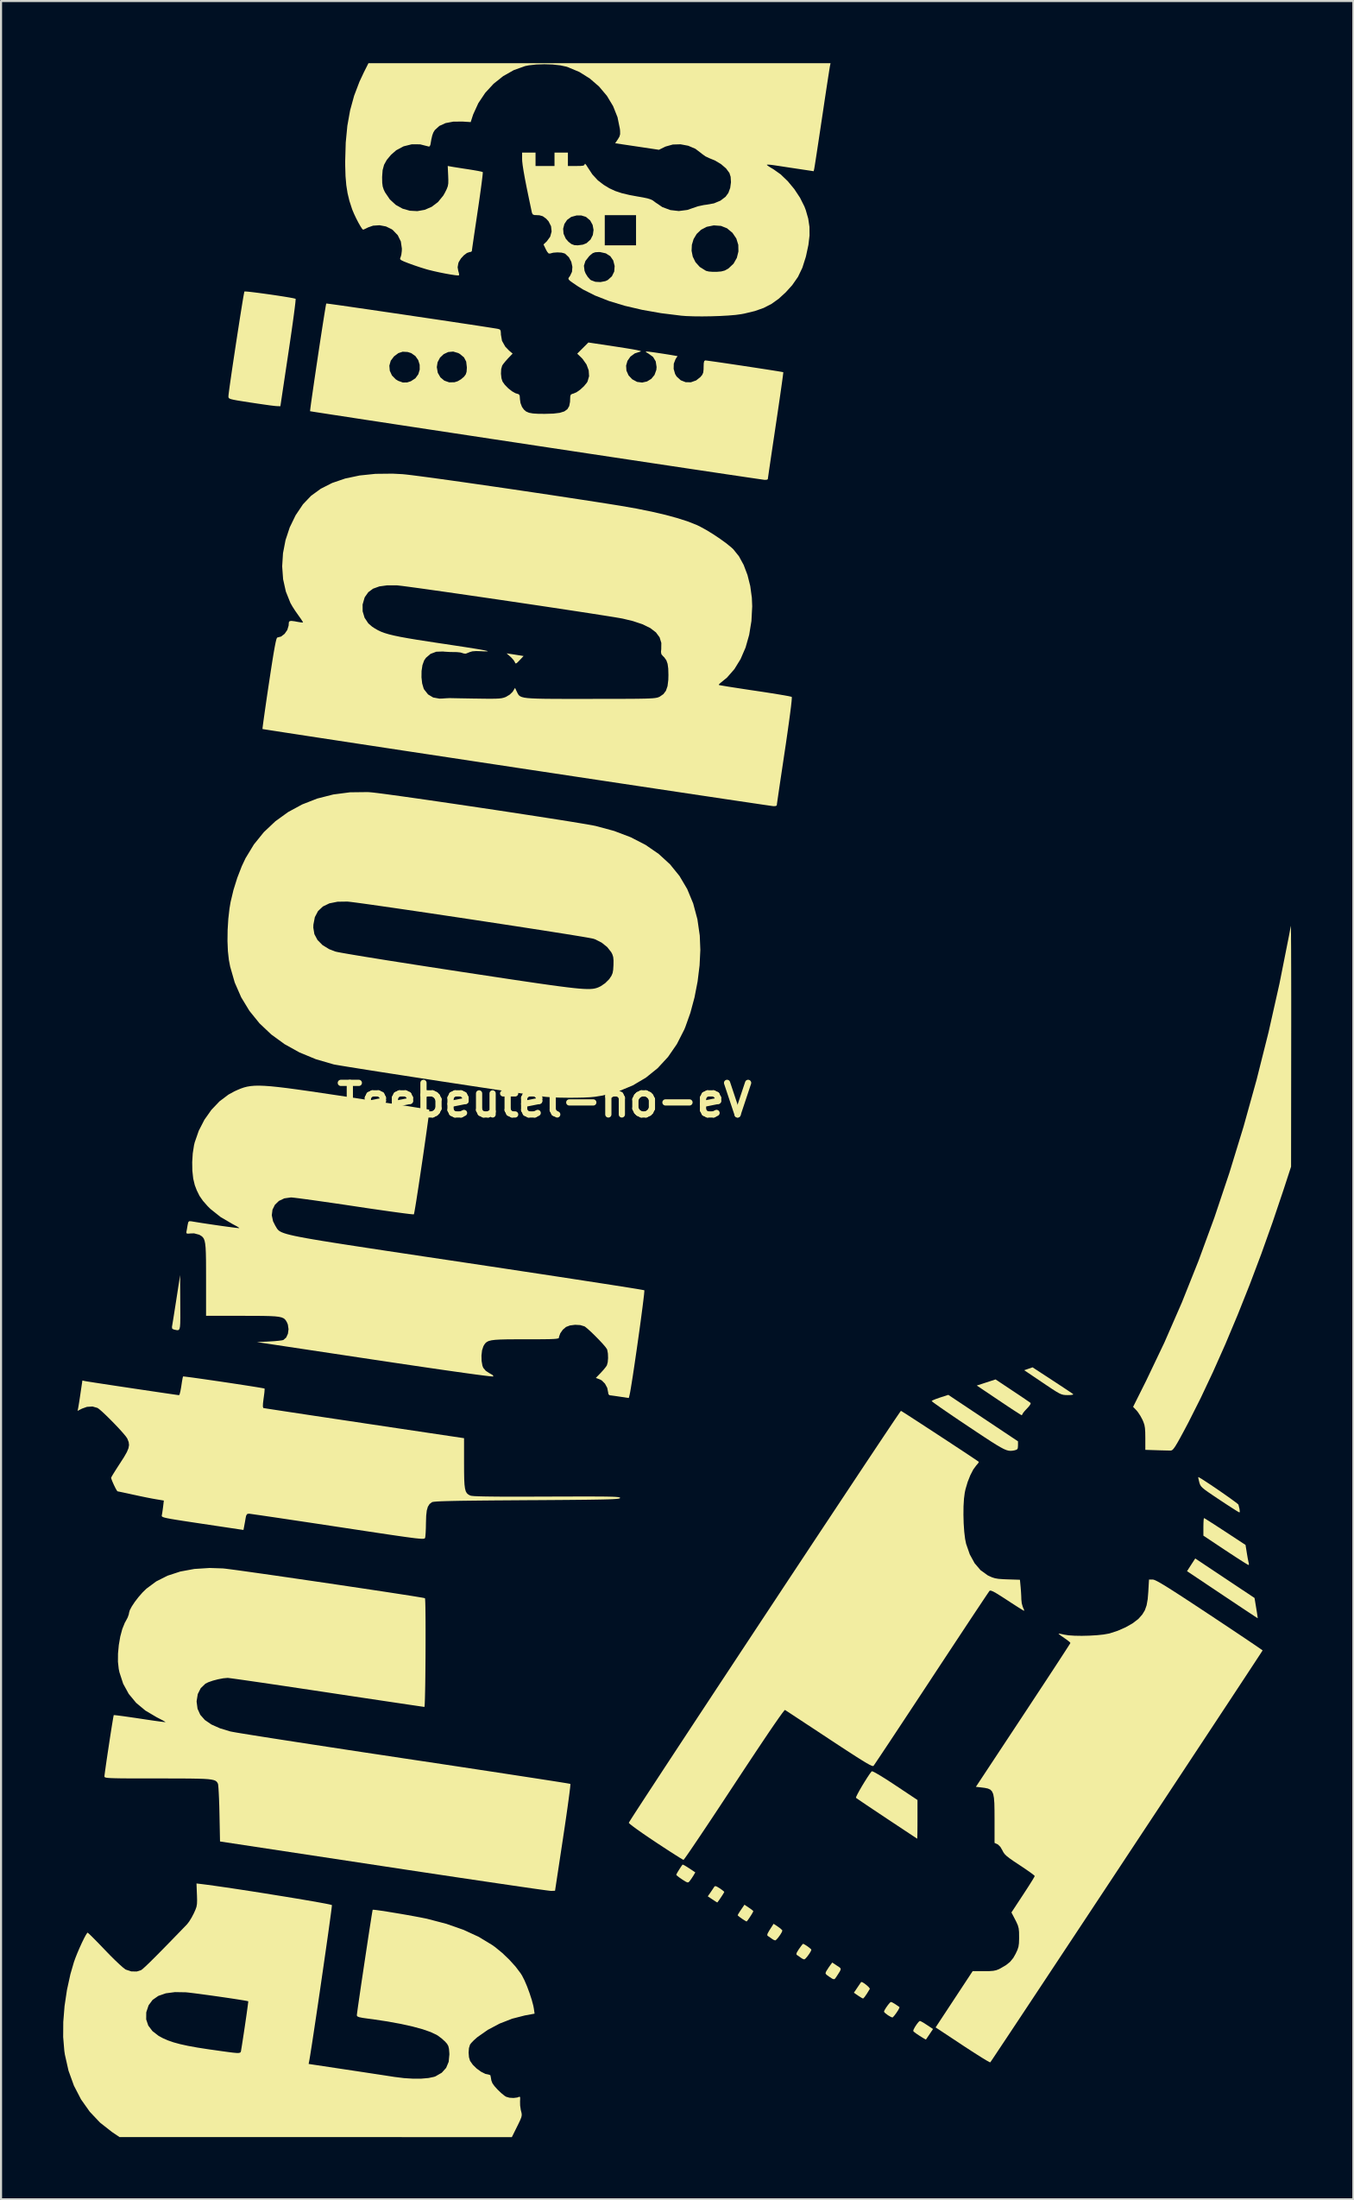
<source format=kicad_pcb>
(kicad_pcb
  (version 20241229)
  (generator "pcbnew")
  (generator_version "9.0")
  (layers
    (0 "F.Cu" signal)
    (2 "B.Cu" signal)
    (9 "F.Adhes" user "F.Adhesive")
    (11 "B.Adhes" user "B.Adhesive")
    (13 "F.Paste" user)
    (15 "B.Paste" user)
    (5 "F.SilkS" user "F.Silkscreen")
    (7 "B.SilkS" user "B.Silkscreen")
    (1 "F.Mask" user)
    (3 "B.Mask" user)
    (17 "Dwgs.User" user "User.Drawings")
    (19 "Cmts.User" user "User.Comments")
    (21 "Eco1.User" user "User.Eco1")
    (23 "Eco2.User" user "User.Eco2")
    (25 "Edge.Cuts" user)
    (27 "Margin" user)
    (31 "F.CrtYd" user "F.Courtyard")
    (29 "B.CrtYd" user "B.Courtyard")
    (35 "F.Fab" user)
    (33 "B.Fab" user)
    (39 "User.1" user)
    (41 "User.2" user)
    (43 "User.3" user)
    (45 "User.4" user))
  (footprint "Teebeutel-no-eV"
    (layer "F.Cu")
    (at 23.24 50.045)
    (property "Reference" "Teebeutel-no-eV" (at 0 0 0) (layer "F.SilkS") (effects (font (size 1.524 1.524) (thickness 0.3))))
    (attr board_only exclude_from_pos_files exclude_from_bom)
    (fp_poly (pts (xy -1.629 -21.533) (xy -1.432 -21.503) (xy -1.228 -21.47) (xy -1.218 -21.469) (xy -1.008 -21.435) (xy -1.2 -21.231) (xy -1.314 -21.116) (xy -1.377 -21.073) (xy -1.411 -21.093) (xy -1.427 -21.134) (xy -1.488 -21.235) (xy -1.599 -21.359) (xy -1.645 -21.402) (xy -1.829 -21.564)) (stroke (width 0) (type solid)) (fill yes) (layer "F.SilkS"))
    (fp_poly (pts (xy 15.345 42.566) (xy 15.444 42.626) (xy 15.558 42.713) (xy 15.656 42.804) (xy 15.709 42.875) (xy 15.709 42.893) (xy 15.568 43.124) (xy 15.46 43.28) (xy 15.393 43.351) (xy 15.382 43.355) (xy 15.317 43.325) (xy 15.2 43.252) (xy 15.142 43.214) (xy 14.941 43.076) (xy 15.11 42.826) (xy 15.205 42.686) (xy 15.272 42.588) (xy 15.292 42.558)) (stroke (width 0) (type solid)) (fill yes) (layer "F.SilkS"))
    (fp_poly (pts (xy 32.855 23.072) (xy 34.287 24.025) (xy 34.367 24.51) (xy 34.402 24.724) (xy 34.427 24.891) (xy 34.44 24.987) (xy 34.44 25.002) (xy 34.395 24.975) (xy 34.271 24.894) (xy 34.076 24.765) (xy 33.821 24.597) (xy 33.516 24.394) (xy 33.17 24.163) (xy 32.793 23.912) (xy 32.73 23.87) (xy 31.027 22.731) (xy 31.225 22.424) (xy 31.424 22.118)) (stroke (width 0) (type solid)) (fill yes) (layer "F.SilkS"))
    (fp_poly (pts (xy 11.275 39.889) (xy 11.4 39.981) (xy 11.476 40.055) (xy 11.487 40.077) (xy 11.457 40.16) (xy 11.383 40.282) (xy 11.29 40.41) (xy 11.202 40.511) (xy 11.143 40.552) (xy 11.142 40.552) (xy 11.056 40.52) (xy 10.974 40.467) (xy 10.859 40.384) (xy 10.79 40.34) (xy 10.756 40.299) (xy 10.773 40.223) (xy 10.845 40.091) (xy 10.888 40.023) (xy 11.064 39.749)) (stroke (width 0) (type solid)) (fill yes) (layer "F.SilkS"))
    (fp_poly (pts (xy 14.122 41.769) (xy 14.232 41.84) (xy 14.293 41.893) (xy 14.305 41.952) (xy 14.265 42.042) (xy 14.174 42.186) (xy 14.096 42.306) (xy 14.033 42.396) (xy 13.976 42.427) (xy 13.896 42.399) (xy 13.761 42.311) (xy 13.739 42.296) (xy 13.618 42.208) (xy 13.572 42.146) (xy 13.588 42.076) (xy 13.623 42.013) (xy 13.72 41.861) (xy 13.803 41.744) (xy 13.896 41.62)) (stroke (width 0) (type solid)) (fill yes) (layer "F.SilkS"))
    (fp_poly (pts (xy 6.718 36.908) (xy 6.832 36.972) (xy 6.985 37.069) (xy 7.284 37.268) (xy 7.196 37.418) (xy 7.101 37.565) (xy 7.018 37.679) (xy 6.967 37.738) (xy 6.916 37.755) (xy 6.838 37.726) (xy 6.707 37.646) (xy 6.647 37.607) (xy 6.499 37.505) (xy 6.397 37.423) (xy 6.363 37.383) (xy 6.39 37.324) (xy 6.456 37.21) (xy 6.541 37.075) (xy 6.622 36.953) (xy 6.668 36.892)) (stroke (width 0) (type solid)) (fill yes) (layer "F.SilkS"))
    (fp_poly (pts (xy 9.871 38.971) (xy 9.996 39.059) (xy 10.073 39.123) (xy 10.085 39.14) (xy 10.058 39.201) (xy 9.992 39.314) (xy 9.907 39.445) (xy 9.827 39.561) (xy 9.771 39.63) (xy 9.76 39.637) (xy 9.702 39.609) (xy 9.59 39.539) (xy 9.531 39.5) (xy 9.41 39.412) (xy 9.338 39.349) (xy 9.33 39.335) (xy 9.358 39.278) (xy 9.43 39.162) (xy 9.493 39.068) (xy 9.657 38.829)) (stroke (width 0) (type solid)) (fill yes) (layer "F.SilkS"))
    (fp_poly (pts (xy 18.194 44.464) (xy 18.321 44.537) (xy 18.469 44.632) (xy 18.763 44.827) (xy 18.595 45.077) (xy 18.502 45.215) (xy 18.438 45.309) (xy 18.42 45.336) (xy 18.376 45.315) (xy 18.265 45.25) (xy 18.119 45.159) (xy 17.964 45.056) (xy 17.851 44.971) (xy 17.806 44.924) (xy 17.824 44.853) (xy 17.887 44.733) (xy 17.973 44.602) (xy 18.059 44.492) (xy 18.122 44.438) (xy 18.128 44.437)) (stroke (width 0) (type solid)) (fill yes) (layer "F.SilkS"))
    (fp_poly (pts (xy -17.586 9.774) (xy -17.584 10.193) (xy -17.583 10.515) (xy -17.587 10.754) (xy -17.598 10.92) (xy -17.619 11.025) (xy -17.652 11.082) (xy -17.7 11.102) (xy -17.767 11.097) (xy -17.854 11.078) (xy -17.889 11.071) (xy -17.973 11.034) (xy -17.987 10.945) (xy -17.98 10.903) (xy -17.964 10.808) (xy -17.934 10.625) (xy -17.893 10.37) (xy -17.845 10.063) (xy -17.791 9.721) (xy -17.772 9.599) (xy -17.592 8.44)) (stroke (width 0) (type solid)) (fill yes) (layer "F.SilkS"))
    (fp_poly (pts (xy 8.31 37.946) (xy 8.438 38.021) (xy 8.461 38.036) (xy 8.589 38.126) (xy 8.669 38.193) (xy 8.682 38.212) (xy 8.655 38.266) (xy 8.588 38.374) (xy 8.502 38.504) (xy 8.419 38.625) (xy 8.359 38.705) (xy 8.343 38.72) (xy 8.296 38.693) (xy 8.188 38.624) (xy 8.109 38.572) (xy 7.886 38.424) (xy 8.018 38.235) (xy 8.111 38.097) (xy 8.183 37.988) (xy 8.195 37.968) (xy 8.237 37.93)) (stroke (width 0) (type solid)) (fill yes) (layer "F.SilkS"))
    (fp_poly (pts (xy 24.524 13.518) (xy 24.811 13.706) (xy 25.069 13.876) (xy 25.283 14.018) (xy 25.439 14.123) (xy 25.523 14.182) (xy 25.532 14.189) (xy 25.513 14.215) (xy 25.405 14.23) (xy 25.262 14.234) (xy 25.151 14.231) (xy 25.054 14.22) (xy 24.958 14.193) (xy 24.845 14.142) (xy 24.701 14.059) (xy 24.508 13.936) (xy 24.252 13.765) (xy 24.054 13.632) (xy 23.165 13.033) (xy 23.367 12.964) (xy 23.568 12.894)) (stroke (width 0) (type solid)) (fill yes) (layer "F.SilkS"))
    (fp_poly (pts (xy 12.555 40.744) (xy 12.665 40.813) (xy 12.78 40.896) (xy 12.866 40.969) (xy 12.888 41) (xy 12.859 41.079) (xy 12.785 41.2) (xy 12.692 41.327) (xy 12.604 41.428) (xy 12.545 41.469) (xy 12.545 41.469) (xy 12.458 41.437) (xy 12.376 41.384) (xy 12.262 41.302) (xy 12.194 41.258) (xy 12.162 41.215) (xy 12.185 41.135) (xy 12.268 40.998) (xy 12.291 40.965) (xy 12.388 40.829) (xy 12.461 40.738) (xy 12.488 40.715)) (stroke (width 0) (type solid)) (fill yes) (layer "F.SilkS"))
    (fp_poly (pts (xy 16.805 43.549) (xy 16.935 43.626) (xy 17.091 43.732) (xy 17.142 43.769) (xy 17.131 43.821) (xy 17.074 43.926) (xy 16.99 44.053) (xy 16.901 44.173) (xy 16.828 44.254) (xy 16.799 44.271) (xy 16.722 44.241) (xy 16.601 44.171) (xy 16.57 44.15) (xy 16.458 44.065) (xy 16.398 44.001) (xy 16.395 43.99) (xy 16.423 43.914) (xy 16.495 43.796) (xy 16.586 43.668) (xy 16.671 43.565) (xy 16.728 43.52) (xy 16.73 43.52)) (stroke (width 0) (type solid)) (fill yes) (layer "F.SilkS"))
    (fp_poly (pts (xy 22.607 14.026) (xy 22.872 14.202) (xy 23.107 14.36) (xy 23.296 14.489) (xy 23.425 14.578) (xy 23.477 14.616) (xy 23.467 14.673) (xy 23.395 14.777) (xy 23.302 14.879) (xy 23.182 15.007) (xy 23.102 15.11) (xy 23.081 15.154) (xy 23.05 15.203) (xy 23.041 15.204) (xy 22.986 15.174) (xy 22.856 15.092) (xy 22.661 14.967) (xy 22.416 14.806) (xy 22.134 14.618) (xy 21.937 14.486) (xy 20.875 13.772) (xy 21.328 13.625) (xy 21.782 13.477)) (stroke (width 0) (type solid)) (fill yes) (layer "F.SilkS"))
    (fp_poly (pts (xy 31.898 20.197) (xy 32.026 20.276) (xy 32.218 20.398) (xy 32.459 20.553) (xy 32.737 20.734) (xy 32.864 20.817) (xy 33.852 21.465) (xy 33.919 21.879) (xy 33.954 22.086) (xy 33.987 22.255) (xy 34.01 22.355) (xy 34.013 22.363) (xy 34.012 22.426) (xy 33.994 22.433) (xy 33.938 22.404) (xy 33.805 22.323) (xy 33.609 22.199) (xy 33.362 22.04) (xy 33.077 21.853) (xy 32.882 21.725) (xy 31.817 21.017) (xy 31.817 20.593) (xy 31.821 20.395) (xy 31.83 20.246) (xy 31.843 20.173) (xy 31.846 20.169)) (stroke (width 0) (type solid)) (fill yes) (layer "F.SilkS"))
    (fp_poly (pts (xy 21.183 15.344) (xy 22.865 16.465) (xy 22.865 16.666) (xy 22.855 16.801) (xy 22.807 16.866) (xy 22.697 16.9) (xy 22.599 16.917) (xy 22.508 16.924) (xy 22.414 16.916) (xy 22.308 16.888) (xy 22.179 16.834) (xy 22.018 16.749) (xy 21.814 16.629) (xy 21.559 16.469) (xy 21.242 16.262) (xy 20.853 16.005) (xy 20.466 15.747) (xy 20.076 15.486) (xy 19.716 15.243) (xy 19.396 15.024) (xy 19.125 14.837) (xy 18.912 14.687) (xy 18.767 14.581) (xy 18.7 14.526) (xy 18.696 14.52) (xy 18.749 14.485) (xy 18.879 14.43) (xy 19.06 14.365) (xy 19.103 14.351) (xy 19.5 14.222)) (stroke (width 0) (type solid)) (fill yes) (layer "F.SilkS"))
    (fp_poly (pts (xy 31.618 18.21) (xy 31.74 18.283) (xy 31.918 18.398) (xy 32.138 18.542) (xy 32.383 18.707) (xy 32.637 18.881) (xy 32.885 19.054) (xy 33.112 19.214) (xy 33.301 19.352) (xy 33.438 19.455) (xy 33.506 19.515) (xy 33.51 19.522) (xy 33.561 19.728) (xy 33.576 19.858) (xy 33.558 19.898) (xy 33.502 19.869) (xy 33.371 19.789) (xy 33.179 19.667) (xy 32.939 19.512) (xy 32.666 19.332) (xy 32.599 19.288) (xy 32.29 19.081) (xy 32.058 18.923) (xy 31.891 18.803) (xy 31.778 18.71) (xy 31.705 18.634) (xy 31.661 18.563) (xy 31.632 18.487) (xy 31.619 18.44) (xy 31.584 18.296) (xy 31.567 18.205) (xy 31.568 18.19)) (stroke (width 0) (type solid)) (fill yes) (layer "F.SilkS"))
    (fp_poly (pts (xy 15.863 32.402) (xy 16 32.472) (xy 16.207 32.593) (xy 16.475 32.759) (xy 16.795 32.966) (xy 16.932 33.057) (xy 18.012 33.775) (xy 18.012 34.711) (xy 18.011 35.014) (xy 18.009 35.276) (xy 18.006 35.479) (xy 18.002 35.606) (xy 17.998 35.642) (xy 17.952 35.612) (xy 17.826 35.529) (xy 17.632 35.401) (xy 17.381 35.235) (xy 17.082 35.037) (xy 16.747 34.815) (xy 16.536 34.675) (xy 16.183 34.44) (xy 15.857 34.223) (xy 15.572 34.032) (xy 15.337 33.873) (xy 15.163 33.754) (xy 15.062 33.684) (xy 15.041 33.668) (xy 15.055 33.612) (xy 15.116 33.487) (xy 15.211 33.312) (xy 15.329 33.108) (xy 15.458 32.896) (xy 15.585 32.695) (xy 15.698 32.526) (xy 15.785 32.409) (xy 15.804 32.388)) (stroke (width 0) (type solid)) (fill yes) (layer "F.SilkS"))
    (fp_poly (pts (xy -14.279 -39.016) (xy -14.062 -38.991) (xy -13.793 -38.957) (xy -13.491 -38.916) (xy -13.176 -38.872) (xy -12.865 -38.826) (xy -12.577 -38.781) (xy -12.33 -38.74) (xy -12.143 -38.706) (xy -12.034 -38.68) (xy -12.015 -38.673) (xy -12.016 -38.614) (xy -12.031 -38.46) (xy -12.06 -38.219) (xy -12.101 -37.904) (xy -12.153 -37.524) (xy -12.214 -37.089) (xy -12.284 -36.61) (xy -12.36 -36.098) (xy -12.365 -36.064) (xy -12.752 -33.489) (xy -12.942 -33.496) (xy -13.053 -33.507) (xy -13.251 -33.531) (xy -13.516 -33.568) (xy -13.827 -33.613) (xy -14.165 -33.664) (xy -14.196 -33.668) (xy -14.558 -33.725) (xy -14.827 -33.768) (xy -15.017 -33.804) (xy -15.141 -33.834) (xy -15.214 -33.863) (xy -15.249 -33.896) (xy -15.26 -33.935) (xy -15.26 -33.971) (xy -15.252 -34.062) (xy -15.229 -34.242) (xy -15.194 -34.499) (xy -15.148 -34.82) (xy -15.094 -35.193) (xy -15.033 -35.604) (xy -14.967 -36.041) (xy -14.899 -36.49) (xy -14.83 -36.94) (xy -14.762 -37.377) (xy -14.698 -37.789) (xy -14.638 -38.163) (xy -14.586 -38.485) (xy -14.543 -38.743) (xy -14.51 -38.925) (xy -14.491 -39.018) (xy -14.488 -39.027) (xy -14.428 -39.028)) (stroke (width 0) (type solid)) (fill yes) (layer "F.SilkS"))
    (fp_poly (pts (xy 36.042 -8.378) (xy 36.045 -8.243) (xy 36.048 -8.012) (xy 36.05 -7.695) (xy 36.053 -7.296) (xy 36.054 -6.822) (xy 36.056 -6.282) (xy 36.057 -5.68) (xy 36.058 -5.024) (xy 36.058 -4.32) (xy 36.058 -3.576) (xy 36.057 -2.798) (xy 36.057 -2.669) (xy 36.051 3.209) (xy 35.683 4.336) (xy 35.162 5.88) (xy 34.617 7.409) (xy 34.051 8.909) (xy 33.469 10.369) (xy 32.878 11.776) (xy 32.281 13.117) (xy 31.685 14.381) (xy 31.094 15.554) (xy 30.877 15.963) (xy 30.699 16.292) (xy 30.562 16.536) (xy 30.458 16.708) (xy 30.379 16.819) (xy 30.318 16.882) (xy 30.265 16.907) (xy 30.245 16.91) (xy 30.138 16.909) (xy 29.954 16.905) (xy 29.722 16.899) (xy 29.566 16.894) (xy 29.013 16.876) (xy 29.013 16.298) (xy 29.009 16.023) (xy 28.996 15.825) (xy 28.969 15.671) (xy 28.921 15.53) (xy 28.875 15.423) (xy 28.77 15.228) (xy 28.65 15.048) (xy 28.58 14.964) (xy 28.423 14.801) (xy 29.056 13.535) (xy 29.933 11.698) (xy 30.777 9.766) (xy 31.583 7.749) (xy 32.351 5.657) (xy 33.075 3.498) (xy 33.755 1.281) (xy 34.386 -0.985) (xy 34.966 -3.29) (xy 35.491 -5.625) (xy 35.96 -7.982) (xy 36.039 -8.413)) (stroke (width 0) (type solid)) (fill yes) (layer "F.SilkS"))
    (fp_poly (pts (xy 29.425 23.145) (xy 29.509 23.179) (xy 29.629 23.24) (xy 29.791 23.332) (xy 30.002 23.459) (xy 30.269 23.627) (xy 30.597 23.837) (xy 30.995 24.096) (xy 31.467 24.406) (xy 32.021 24.772) (xy 32.112 24.831) (xy 32.583 25.144) (xy 33.026 25.438) (xy 33.433 25.71) (xy 33.796 25.953) (xy 34.108 26.163) (xy 34.359 26.333) (xy 34.542 26.459) (xy 34.65 26.535) (xy 34.676 26.556) (xy 34.646 26.603) (xy 34.561 26.735) (xy 34.422 26.947) (xy 34.234 27.233) (xy 33.999 27.59) (xy 33.721 28.013) (xy 33.403 28.495) (xy 33.049 29.033) (xy 32.661 29.62) (xy 32.243 30.254) (xy 31.798 30.928) (xy 31.329 31.637) (xy 30.841 32.377) (xy 30.335 33.142) (xy 29.816 33.928) (xy 29.286 34.729) (xy 28.748 35.542) (xy 28.207 36.36) (xy 27.666 37.179) (xy 27.127 37.994) (xy 26.594 38.799) (xy 26.07 39.591) (xy 25.558 40.364) (xy 25.062 41.113) (xy 24.585 41.833) (xy 24.131 42.519) (xy 23.702 43.166) (xy 23.302 43.77) (xy 22.934 44.325) (xy 22.601 44.826) (xy 22.307 45.269) (xy 22.054 45.648) (xy 21.847 45.959) (xy 21.689 46.197) (xy 21.582 46.356) (xy 21.53 46.431) (xy 21.526 46.437) (xy 21.474 46.417) (xy 21.343 46.344) (xy 21.146 46.225) (xy 20.895 46.067) (xy 20.599 45.878) (xy 20.272 45.665) (xy 20.189 45.61) (xy 18.887 44.75) (xy 20.676 42.034) (xy 21.218 42.035) (xy 21.483 42.033) (xy 21.671 42.019) (xy 21.813 41.99) (xy 21.94 41.941) (xy 22.003 41.909) (xy 22.281 41.747) (xy 22.483 41.585) (xy 22.638 41.396) (xy 22.753 41.193) (xy 22.837 41.013) (xy 22.887 40.86) (xy 22.911 40.692) (xy 22.919 40.469) (xy 22.919 40.387) (xy 22.916 40.146) (xy 22.898 39.971) (xy 22.858 39.823) (xy 22.786 39.661) (xy 22.734 39.558) (xy 22.548 39.202) (xy 23.111 38.346) (xy 23.287 38.076) (xy 23.441 37.836) (xy 23.563 37.641) (xy 23.643 37.505) (xy 23.674 37.444) (xy 23.674 37.444) (xy 23.631 37.4) (xy 23.513 37.309) (xy 23.334 37.182) (xy 23.11 37.029) (xy 22.946 36.92) (xy 22.666 36.735) (xy 22.463 36.592) (xy 22.32 36.481) (xy 22.224 36.387) (xy 22.159 36.297) (xy 22.113 36.207) (xy 22.013 36.036) (xy 21.897 35.922) (xy 21.871 35.908) (xy 21.733 35.845) (xy 21.733 34.718) (xy 21.731 34.281) (xy 21.724 33.939) (xy 21.704 33.679) (xy 21.669 33.491) (xy 21.611 33.36) (xy 21.528 33.274) (xy 21.412 33.222) (xy 21.26 33.19) (xy 21.107 33.17) (xy 20.832 33.139) (xy 23.113 29.687) (xy 23.475 29.138) (xy 23.82 28.614) (xy 24.143 28.124) (xy 24.439 27.673) (xy 24.704 27.269) (xy 24.932 26.919) (xy 25.12 26.63) (xy 25.263 26.409) (xy 25.356 26.263) (xy 25.395 26.198) (xy 25.396 26.196) (xy 25.357 26.148) (xy 25.249 26.062) (xy 25.103 25.959) (xy 24.955 25.857) (xy 24.853 25.78) (xy 24.821 25.745) (xy 24.878 25.748) (xy 25.003 25.773) (xy 25.078 25.791) (xy 25.299 25.826) (xy 25.597 25.846) (xy 25.945 25.852) (xy 26.314 25.843) (xy 26.675 25.822) (xy 26.999 25.788) (xy 27.258 25.742) (xy 27.295 25.733) (xy 27.686 25.605) (xy 28.063 25.439) (xy 28.397 25.25) (xy 28.658 25.052) (xy 28.696 25.016) (xy 28.868 24.821) (xy 28.991 24.617) (xy 29.075 24.379) (xy 29.128 24.083) (xy 29.157 23.732) (xy 29.191 23.135) (xy 29.37 23.135)) (stroke (width 0) (type solid)) (fill yes) (layer "F.SilkS"))
    (fp_poly (pts (xy 17.262 15.022) (xy 17.389 15.102) (xy 17.583 15.226) (xy 17.832 15.388) (xy 18.126 15.578) (xy 18.452 15.791) (xy 18.799 16.017) (xy 19.156 16.251) (xy 19.511 16.483) (xy 19.852 16.708) (xy 20.169 16.916) (xy 20.449 17.101) (xy 20.681 17.256) (xy 20.853 17.371) (xy 20.955 17.441) (xy 20.974 17.455) (xy 20.956 17.502) (xy 20.882 17.593) (xy 20.856 17.621) (xy 20.708 17.821) (xy 20.564 18.099) (xy 20.434 18.426) (xy 20.332 18.771) (xy 20.296 18.935) (xy 20.257 19.234) (xy 20.235 19.602) (xy 20.231 20.009) (xy 20.242 20.425) (xy 20.269 20.821) (xy 20.31 21.165) (xy 20.359 21.409) (xy 20.537 21.921) (xy 20.771 22.348) (xy 21.058 22.684) (xy 21.398 22.929) (xy 21.455 22.958) (xy 21.608 23.027) (xy 21.751 23.072) (xy 21.917 23.101) (xy 22.136 23.118) (xy 22.359 23.127) (xy 22.959 23.146) (xy 22.993 23.505) (xy 23.011 23.734) (xy 23.023 23.96) (xy 23.027 24.095) (xy 23.047 24.284) (xy 23.096 24.457) (xy 23.109 24.486) (xy 23.156 24.593) (xy 23.162 24.644) (xy 23.159 24.645) (xy 23.106 24.617) (xy 22.977 24.539) (xy 22.79 24.42) (xy 22.558 24.271) (xy 22.341 24.129) (xy 22.047 23.939) (xy 21.83 23.804) (xy 21.677 23.718) (xy 21.576 23.676) (xy 21.515 23.669) (xy 21.488 23.684) (xy 21.45 23.739) (xy 21.356 23.877) (xy 21.212 24.092) (xy 21.021 24.379) (xy 20.787 24.729) (xy 20.516 25.138) (xy 20.212 25.598) (xy 19.877 26.104) (xy 19.518 26.648) (xy 19.138 27.224) (xy 18.741 27.826) (xy 18.688 27.908) (xy 18.289 28.513) (xy 17.906 29.093) (xy 17.544 29.641) (xy 17.206 30.152) (xy 16.897 30.619) (xy 16.622 31.034) (xy 16.383 31.393) (xy 16.186 31.688) (xy 16.035 31.913) (xy 15.935 32.062) (xy 15.888 32.128) (xy 15.886 32.13) (xy 15.855 32.137) (xy 15.792 32.118) (xy 15.691 32.07) (xy 15.543 31.987) (xy 15.343 31.866) (xy 15.083 31.703) (xy 14.756 31.493) (xy 14.356 31.232) (xy 13.875 30.916) (xy 13.747 30.832) (xy 13.323 30.552) (xy 12.924 30.289) (xy 12.562 30.051) (xy 12.245 29.842) (xy 11.982 29.669) (xy 11.783 29.538) (xy 11.657 29.456) (xy 11.614 29.428) (xy 11.573 29.466) (xy 11.475 29.592) (xy 11.323 29.803) (xy 11.118 30.097) (xy 10.861 30.472) (xy 10.556 30.925) (xy 10.203 31.453) (xy 9.804 32.054) (xy 9.361 32.724) (xy 9.16 33.029) (xy 8.788 33.593) (xy 8.433 34.131) (xy 8.099 34.635) (xy 7.79 35.098) (xy 7.511 35.515) (xy 7.266 35.877) (xy 7.061 36.18) (xy 6.899 36.415) (xy 6.785 36.576) (xy 6.723 36.657) (xy 6.714 36.665) (xy 6.657 36.635) (xy 6.522 36.554) (xy 6.32 36.427) (xy 6.065 36.264) (xy 5.767 36.07) (xy 5.438 35.854) (xy 5.366 35.806) (xy 5.034 35.584) (xy 4.734 35.379) (xy 4.476 35.197) (xy 4.273 35.048) (xy 4.135 34.94) (xy 4.074 34.88) (xy 4.072 34.875) (xy 4.101 34.824) (xy 4.186 34.688) (xy 4.325 34.472) (xy 4.513 34.182) (xy 4.748 33.821) (xy 5.026 33.396) (xy 5.344 32.911) (xy 5.698 32.37) (xy 6.086 31.78) (xy 6.504 31.144) (xy 6.949 30.468) (xy 7.417 29.757) (xy 7.906 29.016) (xy 8.411 28.249) (xy 8.931 27.462) (xy 9.46 26.66) (xy 9.997 25.847) (xy 10.538 25.028) (xy 11.08 24.209) (xy 11.618 23.394) (xy 12.151 22.589) (xy 12.675 21.798) (xy 13.186 21.026) (xy 13.682 20.279) (xy 14.159 19.56) (xy 14.613 18.876) (xy 15.041 18.231) (xy 15.441 17.629) (xy 15.809 17.077) (xy 16.141 16.579) (xy 16.435 16.139) (xy 16.687 15.763) (xy 16.893 15.456) (xy 17.052 15.223) (xy 17.158 15.069) (xy 17.209 14.998) (xy 17.213 14.994)) (stroke (width 0) (type solid)) (fill yes) (layer "F.SilkS"))
    (fp_poly (pts (xy -8.44 -14.862) (xy -8.29 -14.848) (xy -8.044 -14.819) (xy -7.71 -14.776) (xy -7.298 -14.72) (xy -6.818 -14.654) (xy -6.28 -14.578) (xy -5.693 -14.494) (xy -5.066 -14.403) (xy -4.409 -14.307) (xy -3.732 -14.207) (xy -3.045 -14.105) (xy -2.357 -14.002) (xy -1.677 -13.899) (xy -1.015 -13.798) (xy -0.381 -13.701) (xy 0.216 -13.608) (xy 0.765 -13.522) (xy 1.259 -13.443) (xy 1.686 -13.373) (xy 2.037 -13.314) (xy 2.303 -13.267) (xy 2.474 -13.233) (xy 2.476 -13.232) (xy 3.366 -12.992) (xy 4.169 -12.687) (xy 4.885 -12.318) (xy 5.516 -11.883) (xy 6.061 -11.384) (xy 6.52 -10.819) (xy 6.893 -10.189) (xy 7.181 -9.494) (xy 7.385 -8.732) (xy 7.499 -7.944) (xy 7.527 -7.252) (xy 7.49 -6.506) (xy 7.395 -5.731) (xy 7.245 -4.958) (xy 7.045 -4.213) (xy 6.8 -3.525) (xy 6.751 -3.407) (xy 6.394 -2.706) (xy 5.965 -2.084) (xy 5.465 -1.543) (xy 4.897 -1.085) (xy 4.263 -0.711) (xy 3.568 -0.423) (xy 2.813 -0.225) (xy 2.457 -0.166) (xy 2.213 -0.142) (xy 1.889 -0.126) (xy 1.514 -0.118) (xy 1.118 -0.117) (xy 0.728 -0.123) (xy 0.372 -0.137) (xy 0.079 -0.158) (xy -0.01 -0.168) (xy -0.229 -0.198) (xy -0.535 -0.241) (xy -0.916 -0.296) (xy -1.365 -0.362) (xy -1.872 -0.437) (xy -2.427 -0.52) (xy -3.02 -0.61) (xy -3.644 -0.704) (xy -4.287 -0.802) (xy -4.941 -0.901) (xy -5.596 -1.002) (xy -6.243 -1.101) (xy -6.873 -1.199) (xy -7.475 -1.292) (xy -8.041 -1.38) (xy -8.562 -1.462) (xy -9.027 -1.536) (xy -9.428 -1.6) (xy -9.754 -1.653) (xy -9.997 -1.694) (xy -10.148 -1.72) (xy -10.184 -1.728) (xy -11.04 -1.977) (xy -11.829 -2.303) (xy -12.548 -2.702) (xy -13.192 -3.171) (xy -13.759 -3.707) (xy -14.244 -4.306) (xy -14.644 -4.964) (xy -14.956 -5.678) (xy -15.176 -6.444) (xy -15.239 -6.773) (xy -15.286 -7.194) (xy -15.306 -7.685) (xy -15.299 -8.214) (xy -15.292 -8.326) (xy -11.162 -8.326) (xy -11.11 -8.013) (xy -10.959 -7.73) (xy -10.718 -7.485) (xy -10.395 -7.287) (xy -10.094 -7.172) (xy -9.992 -7.149) (xy -9.791 -7.111) (xy -9.498 -7.06) (xy -9.121 -6.996) (xy -8.668 -6.921) (xy -8.145 -6.837) (xy -7.561 -6.743) (xy -6.923 -6.643) (xy -6.239 -6.536) (xy -5.516 -6.424) (xy -4.761 -6.308) (xy -4.071 -6.202) (xy -3.12 -6.058) (xy -2.268 -5.929) (xy -1.511 -5.815) (xy -0.842 -5.716) (xy -0.256 -5.63) (xy 0.255 -5.558) (xy 0.696 -5.498) (xy 1.073 -5.45) (xy 1.392 -5.413) (xy 1.659 -5.386) (xy 1.882 -5.37) (xy 2.065 -5.363) (xy 2.215 -5.365) (xy 2.337 -5.374) (xy 2.439 -5.392) (xy 2.526 -5.416) (xy 2.605 -5.446) (xy 2.68 -5.482) (xy 2.724 -5.504) (xy 2.93 -5.645) (xy 3.115 -5.828) (xy 3.147 -5.87) (xy 3.237 -6.007) (xy 3.29 -6.134) (xy 3.318 -6.291) (xy 3.332 -6.517) (xy 3.335 -6.748) (xy 3.319 -6.909) (xy 3.278 -7.039) (xy 3.224 -7.143) (xy 3.029 -7.389) (xy 2.761 -7.603) (xy 2.454 -7.76) (xy 2.362 -7.791) (xy 2.263 -7.812) (xy 2.066 -7.848) (xy 1.78 -7.897) (xy 1.412 -7.957) (xy 0.973 -8.028) (xy 0.471 -8.107) (xy -0.086 -8.195) (xy -0.689 -8.288) (xy -1.329 -8.387) (xy -1.998 -8.489) (xy -2.687 -8.594) (xy -3.386 -8.7) (xy -4.089 -8.806) (xy -4.785 -8.91) (xy -5.466 -9.012) (xy -6.123 -9.109) (xy -6.749 -9.201) (xy -7.333 -9.286) (xy -7.868 -9.363) (xy -8.344 -9.431) (xy -8.754 -9.488) (xy -9.087 -9.533) (xy -9.337 -9.565) (xy -9.493 -9.582) (xy -9.521 -9.584) (xy -9.992 -9.577) (xy -10.385 -9.498) (xy -10.699 -9.347) (xy -10.934 -9.125) (xy -11.087 -8.834) (xy -11.157 -8.473) (xy -11.162 -8.326) (xy -15.292 -8.326) (xy -15.266 -8.748) (xy -15.208 -9.253) (xy -15.156 -9.56) (xy -15.017 -10.143) (xy -14.832 -10.734) (xy -14.615 -11.293) (xy -14.435 -11.675) (xy -14.031 -12.34) (xy -13.549 -12.936) (xy -12.994 -13.459) (xy -12.375 -13.906) (xy -11.697 -14.273) (xy -10.969 -14.557) (xy -10.196 -14.753) (xy -9.387 -14.858) (xy -8.548 -14.868)) (stroke (width 0) (type solid)) (fill yes) (layer "F.SilkS"))
    (fp_poly (pts (xy -15.524 22.598) (xy -15.403 22.611) (xy -15.189 22.638) (xy -14.893 22.677) (xy -14.524 22.728) (xy -14.09 22.789) (xy -13.602 22.858) (xy -13.067 22.934) (xy -12.496 23.017) (xy -11.897 23.104) (xy -11.28 23.194) (xy -10.654 23.286) (xy -10.028 23.378) (xy -9.411 23.47) (xy -8.813 23.559) (xy -8.243 23.645) (xy -7.709 23.725) (xy -7.221 23.8) (xy -6.788 23.867) (xy -6.42 23.924) (xy -6.126 23.972) (xy -5.914 24.007) (xy -5.795 24.03) (xy -5.771 24.037) (xy -5.762 24.096) (xy -5.755 24.25) (xy -5.749 24.486) (xy -5.745 24.79) (xy -5.742 25.151) (xy -5.741 25.556) (xy -5.741 25.992) (xy -5.742 26.446) (xy -5.744 26.906) (xy -5.748 27.359) (xy -5.752 27.793) (xy -5.757 28.195) (xy -5.764 28.553) (xy -5.771 28.853) (xy -5.779 29.083) (xy -5.787 29.23) (xy -5.796 29.283) (xy -5.796 29.283) (xy -5.857 29.275) (xy -6.016 29.252) (xy -6.266 29.215) (xy -6.599 29.166) (xy -7.008 29.105) (xy -7.485 29.034) (xy -8.022 28.954) (xy -8.611 28.866) (xy -9.245 28.771) (xy -9.916 28.67) (xy -10.499 28.582) (xy -11.197 28.477) (xy -11.867 28.377) (xy -12.5 28.282) (xy -13.09 28.195) (xy -13.626 28.116) (xy -14.103 28.047) (xy -14.511 27.988) (xy -14.843 27.941) (xy -15.091 27.907) (xy -15.247 27.887) (xy -15.3 27.882) (xy -15.511 27.901) (xy -15.762 27.949) (xy -16.017 28.016) (xy -16.236 28.093) (xy -16.373 28.162) (xy -16.598 28.379) (xy -16.74 28.661) (xy -16.795 28.998) (xy -16.795 29.04) (xy -16.751 29.372) (xy -16.62 29.662) (xy -16.398 29.914) (xy -16.081 30.131) (xy -15.667 30.315) (xy -15.172 30.465) (xy -15.07 30.485) (xy -14.868 30.521) (xy -14.572 30.57) (xy -14.188 30.632) (xy -13.722 30.706) (xy -13.181 30.791) (xy -12.57 30.886) (xy -11.897 30.99) (xy -11.167 31.102) (xy -10.387 31.221) (xy -9.563 31.347) (xy -8.701 31.478) (xy -7.807 31.612) (xy -6.888 31.751) (xy -6.768 31.769) (xy -5.853 31.906) (xy -4.968 32.039) (xy -4.118 32.167) (xy -3.308 32.29) (xy -2.545 32.406) (xy -1.835 32.514) (xy -1.183 32.614) (xy -0.596 32.704) (xy -0.079 32.784) (xy 0.362 32.852) (xy 0.721 32.909) (xy 0.992 32.952) (xy 1.17 32.982) (xy 1.248 32.997) (xy 1.251 32.998) (xy 1.251 33.056) (xy 1.235 33.211) (xy 1.206 33.451) (xy 1.164 33.766) (xy 1.112 34.146) (xy 1.05 34.58) (xy 0.98 35.058) (xy 0.903 35.569) (xy 0.9 35.592) (xy 0.511 38.154) (xy 0.323 38.162) (xy 0.248 38.155) (xy 0.074 38.133) (xy -0.196 38.096) (xy -0.554 38.046) (xy -0.994 37.982) (xy -1.511 37.907) (xy -2.097 37.821) (xy -2.749 37.725) (xy -3.458 37.62) (xy -4.22 37.507) (xy -5.027 37.386) (xy -5.875 37.259) (xy -6.757 37.126) (xy -7.667 36.988) (xy -7.766 36.973) (xy -15.666 35.776) (xy -15.693 34.431) (xy -15.702 34.056) (xy -15.714 33.713) (xy -15.728 33.419) (xy -15.742 33.189) (xy -15.756 33.039) (xy -15.767 32.988) (xy -15.797 32.932) (xy -15.835 32.884) (xy -15.889 32.845) (xy -15.969 32.814) (xy -16.083 32.789) (xy -16.24 32.769) (xy -16.45 32.755) (xy -16.721 32.746) (xy -17.063 32.74) (xy -17.485 32.736) (xy -17.995 32.735) (xy -18.603 32.734) (xy -18.683 32.734) (xy -19.276 32.734) (xy -19.77 32.733) (xy -20.173 32.732) (xy -20.496 32.729) (xy -20.747 32.724) (xy -20.935 32.718) (xy -21.07 32.709) (xy -21.159 32.698) (xy -21.212 32.684) (xy -21.239 32.666) (xy -21.247 32.645) (xy -21.248 32.637) (xy -21.24 32.556) (xy -21.218 32.39) (xy -21.185 32.155) (xy -21.144 31.867) (xy -21.096 31.544) (xy -21.044 31.202) (xy -20.992 30.858) (xy -20.941 30.528) (xy -20.894 30.231) (xy -20.853 29.981) (xy -20.822 29.796) (xy -20.802 29.693) (xy -20.797 29.678) (xy -20.741 29.68) (xy -20.593 29.697) (xy -20.369 29.726) (xy -20.084 29.766) (xy -19.752 29.814) (xy -19.545 29.845) (xy -19.194 29.898) (xy -18.881 29.944) (xy -18.62 29.98) (xy -18.427 30.005) (xy -18.317 30.017) (xy -18.297 30.017) (xy -18.335 29.988) (xy -18.449 29.923) (xy -18.62 29.834) (xy -18.726 29.78) (xy -19.267 29.461) (xy -19.716 29.086) (xy -20.074 28.654) (xy -20.343 28.163) (xy -20.523 27.611) (xy -20.557 27.449) (xy -20.595 27.102) (xy -20.592 26.707) (xy -20.553 26.293) (xy -20.483 25.888) (xy -20.385 25.522) (xy -20.264 25.223) (xy -20.213 25.133) (xy -20.125 24.967) (xy -20.07 24.812) (xy -20.061 24.751) (xy -20.025 24.619) (xy -19.926 24.432) (xy -19.781 24.213) (xy -19.603 23.982) (xy -19.408 23.759) (xy -19.22 23.576) (xy -18.748 23.226) (xy -18.202 22.95) (xy -17.586 22.749) (xy -16.907 22.624) (xy -16.171 22.577)) (stroke (width 0) (type solid)) (fill yes) (layer "F.SilkS"))
    (fp_poly (pts (xy -17.395 13.337) (xy -17.247 13.355) (xy -17.021 13.384) (xy -16.732 13.424) (xy -16.395 13.472) (xy -16.023 13.526) (xy -15.631 13.583) (xy -15.234 13.642) (xy -14.846 13.701) (xy -14.481 13.757) (xy -14.154 13.808) (xy -13.88 13.852) (xy -13.673 13.887) (xy -13.547 13.91) (xy -13.514 13.919) (xy -13.513 13.978) (xy -13.525 14.118) (xy -13.55 14.312) (xy -13.561 14.39) (xy -13.591 14.633) (xy -13.597 14.783) (xy -13.578 14.851) (xy -13.568 14.858) (xy -13.507 14.868) (xy -13.347 14.894) (xy -13.096 14.932) (xy -12.761 14.983) (xy -12.349 15.046) (xy -11.87 15.118) (xy -11.329 15.2) (xy -10.736 15.289) (xy -10.096 15.385) (xy -9.419 15.486) (xy -8.712 15.592) (xy -8.696 15.595) (xy -3.883 16.313) (xy -3.883 17.516) (xy -3.881 17.951) (xy -3.875 18.292) (xy -3.861 18.55) (xy -3.836 18.741) (xy -3.8 18.876) (xy -3.748 18.968) (xy -3.678 19.031) (xy -3.588 19.079) (xy -3.575 19.084) (xy -3.51 19.097) (xy -3.381 19.109) (xy -3.183 19.118) (xy -2.912 19.125) (xy -2.561 19.13) (xy -2.125 19.134) (xy -1.6 19.135) (xy -0.98 19.135) (xy -0.26 19.133) (xy 0.123 19.132) (xy 0.835 19.129) (xy 1.445 19.128) (xy 1.963 19.127) (xy 2.395 19.128) (xy 2.749 19.129) (xy 3.032 19.133) (xy 3.252 19.138) (xy 3.415 19.145) (xy 3.529 19.154) (xy 3.603 19.165) (xy 3.642 19.178) (xy 3.654 19.193) (xy 3.654 19.198) (xy 3.641 19.213) (xy 3.605 19.226) (xy 3.537 19.237) (xy 3.433 19.247) (xy 3.284 19.256) (xy 3.085 19.264) (xy 2.829 19.271) (xy 2.509 19.277) (xy 2.119 19.283) (xy 1.652 19.288) (xy 1.102 19.293) (xy 0.461 19.298) (xy -0.276 19.303) (xy -0.837 19.306) (xy -1.675 19.312) (xy -2.411 19.317) (xy -3.05 19.323) (xy -3.6 19.329) (xy -4.065 19.335) (xy -4.451 19.343) (xy -4.764 19.351) (xy -5.009 19.359) (xy -5.194 19.369) (xy -5.323 19.38) (xy -5.402 19.392) (xy -5.433 19.402) (xy -5.548 19.491) (xy -5.629 19.619) (xy -5.682 19.801) (xy -5.711 20.056) (xy -5.722 20.396) (xy -5.727 20.652) (xy -5.737 20.876) (xy -5.75 21.042) (xy -5.762 21.116) (xy -5.771 21.136) (xy -5.787 21.152) (xy -5.819 21.163) (xy -5.873 21.168) (xy -5.955 21.167) (xy -6.074 21.158) (xy -6.236 21.142) (xy -6.448 21.115) (xy -6.717 21.079) (xy -7.05 21.032) (xy -7.455 20.973) (xy -7.937 20.901) (xy -8.505 20.816) (xy -9.164 20.716) (xy -9.923 20.601) (xy -9.977 20.593) (xy -10.637 20.493) (xy -11.269 20.398) (xy -11.863 20.309) (xy -12.411 20.227) (xy -12.905 20.153) (xy -13.336 20.09) (xy -13.696 20.037) (xy -13.977 19.997) (xy -14.17 19.969) (xy -14.267 19.957) (xy -14.275 19.956) (xy -14.359 19.975) (xy -14.406 20.057) (xy -14.427 20.156) (xy -14.461 20.354) (xy -14.497 20.548) (xy -14.497 20.55) (xy -14.534 20.742) (xy -16.519 20.445) (xy -17.031 20.368) (xy -17.446 20.305) (xy -17.775 20.253) (xy -18.027 20.211) (xy -18.212 20.176) (xy -18.339 20.147) (xy -18.42 20.121) (xy -18.463 20.096) (xy -18.48 20.07) (xy -18.478 20.041) (xy -18.477 20.037) (xy -18.456 19.922) (xy -18.431 19.747) (xy -18.415 19.625) (xy -18.379 19.323) (xy -18.748 19.262) (xy -18.945 19.227) (xy -19.212 19.175) (xy -19.517 19.112) (xy -19.824 19.046) (xy -19.845 19.042) (xy -20.113 18.983) (xy -20.342 18.934) (xy -20.513 18.898) (xy -20.606 18.88) (xy -20.615 18.878) (xy -20.654 18.832) (xy -20.718 18.717) (xy -20.792 18.566) (xy -20.861 18.411) (xy -20.91 18.283) (xy -20.924 18.222) (xy -20.896 18.163) (xy -20.818 18.032) (xy -20.701 17.845) (xy -20.556 17.62) (xy -20.493 17.523) (xy -20.299 17.221) (xy -20.165 16.986) (xy -20.087 16.8) (xy -20.059 16.645) (xy -20.076 16.503) (xy -20.133 16.355) (xy -20.147 16.324) (xy -20.22 16.219) (xy -20.354 16.059) (xy -20.533 15.86) (xy -20.74 15.641) (xy -20.958 15.419) (xy -21.169 15.211) (xy -21.357 15.034) (xy -21.504 14.908) (xy -21.582 14.853) (xy -21.822 14.784) (xy -22.092 14.801) (xy -22.33 14.886) (xy -22.545 14.996) (xy -22.518 14.872) (xy -22.5 14.771) (xy -22.47 14.589) (xy -22.434 14.356) (xy -22.402 14.14) (xy -22.312 13.53) (xy -22.171 13.56) (xy -22.088 13.574) (xy -21.915 13.601) (xy -21.666 13.64) (xy -21.353 13.688) (xy -20.991 13.743) (xy -20.593 13.803) (xy -20.173 13.866) (xy -19.745 13.93) (xy -19.321 13.993) (xy -18.917 14.053) (xy -18.546 14.108) (xy -18.22 14.156) (xy -17.955 14.194) (xy -17.763 14.222) (xy -17.658 14.236) (xy -17.643 14.237) (xy -17.615 14.188) (xy -17.581 14.056) (xy -17.546 13.867) (xy -17.535 13.797) (xy -17.504 13.591) (xy -17.476 13.431) (xy -17.455 13.343) (xy -17.451 13.334)) (stroke (width 0) (type solid)) (fill yes) (layer "F.SilkS"))
    (fp_poly (pts (xy -10.482 -38.442) (xy -10.331 -38.423) (xy -10.093 -38.39) (xy -9.778 -38.346) (xy -9.396 -38.291) (xy -8.957 -38.227) (xy -8.47 -38.157) (xy -7.946 -38.08) (xy -7.395 -37.999) (xy -6.826 -37.916) (xy -6.249 -37.83) (xy -5.675 -37.745) (xy -5.112 -37.662) (xy -4.572 -37.581) (xy -4.063 -37.504) (xy -3.596 -37.434) (xy -3.181 -37.371) (xy -2.827 -37.316) (xy -2.544 -37.272) (xy -2.343 -37.24) (xy -2.251 -37.224) (xy -2.161 -37.197) (xy -2.117 -37.14) (xy -2.104 -37.02) (xy -2.103 -36.947) (xy -2.05 -36.646) (xy -1.894 -36.368) (xy -1.708 -36.175) (xy -1.537 -36.03) (xy -1.76 -35.798) (xy -1.892 -35.65) (xy -1.999 -35.516) (xy -2.043 -35.448) (xy -2.09 -35.278) (xy -2.1 -35.058) (xy -2.076 -34.838) (xy -2.026 -34.682) (xy -1.913 -34.522) (xy -1.75 -34.356) (xy -1.569 -34.213) (xy -1.403 -34.119) (xy -1.346 -34.101) (xy -1.244 -34.07) (xy -1.198 -34.008) (xy -1.186 -33.879) (xy -1.186 -33.846) (xy -1.157 -33.645) (xy -1.086 -33.46) (xy -1.081 -33.451) (xy -0.99 -33.325) (xy -0.885 -33.235) (xy -0.745 -33.175) (xy -0.552 -33.14) (xy -0.287 -33.124) (xy 0.032 -33.122) (xy 0.431 -33.134) (xy 0.736 -33.171) (xy 0.958 -33.24) (xy 1.107 -33.347) (xy 1.196 -33.499) (xy 1.235 -33.702) (xy 1.24 -33.835) (xy 1.247 -33.983) (xy 1.281 -34.058) (xy 1.363 -34.093) (xy 1.4 -34.101) (xy 1.551 -34.166) (xy 1.729 -34.292) (xy 1.904 -34.453) (xy 2.041 -34.618) (xy 2.08 -34.682) (xy 2.155 -34.94) (xy 2.136 -35.221) (xy 2.03 -35.505) (xy 1.84 -35.774) (xy 1.767 -35.85) (xy 1.582 -36.027) (xy 2.121 -36.566) (xy 3.472 -36.363) (xy 3.908 -36.295) (xy 4.242 -36.24) (xy 4.476 -36.197) (xy 4.615 -36.164) (xy 4.662 -36.141) (xy 4.636 -36.129) (xy 4.36 -36.039) (xy 4.149 -35.883) (xy 4.008 -35.68) (xy 3.942 -35.449) (xy 3.958 -35.208) (xy 4.061 -34.978) (xy 4.238 -34.79) (xy 4.473 -34.664) (xy 4.717 -34.633) (xy 4.952 -34.685) (xy 5.158 -34.811) (xy 5.314 -35) (xy 5.402 -35.244) (xy 5.414 -35.382) (xy 5.372 -35.656) (xy 5.243 -35.87) (xy 5.019 -36.033) (xy 5.011 -36.037) (xy 4.906 -36.098) (xy 4.896 -36.127) (xy 4.934 -36.131) (xy 5.033 -36.123) (xy 5.215 -36.1) (xy 5.456 -36.065) (xy 5.735 -36.023) (xy 6.028 -35.977) (xy 6.246 -35.94) (xy 6.426 -35.909) (xy 6.33 -35.764) (xy 6.245 -35.544) (xy 6.238 -35.292) (xy 6.308 -35.047) (xy 6.381 -34.925) (xy 6.582 -34.742) (xy 6.82 -34.649) (xy 7.075 -34.647) (xy 7.326 -34.737) (xy 7.525 -34.894) (xy 7.618 -35.004) (xy 7.666 -35.115) (xy 7.683 -35.269) (xy 7.685 -35.38) (xy 7.691 -35.567) (xy 7.714 -35.667) (xy 7.757 -35.7) (xy 7.766 -35.701) (xy 7.839 -35.693) (xy 8.001 -35.671) (xy 8.238 -35.638) (xy 8.535 -35.595) (xy 8.876 -35.545) (xy 9.248 -35.49) (xy 9.634 -35.432) (xy 10.022 -35.373) (xy 10.395 -35.316) (xy 10.739 -35.263) (xy 11.039 -35.216) (xy 11.28 -35.177) (xy 11.448 -35.149) (xy 11.527 -35.134) (xy 11.532 -35.132) (xy 11.528 -35.077) (xy 11.509 -34.926) (xy 11.477 -34.689) (xy 11.433 -34.377) (xy 11.379 -33.999) (xy 11.316 -33.567) (xy 11.246 -33.091) (xy 11.17 -32.581) (xy 11.167 -32.563) (xy 11.091 -32.051) (xy 11.019 -31.572) (xy 10.954 -31.136) (xy 10.898 -30.753) (xy 10.851 -30.435) (xy 10.816 -30.191) (xy 10.793 -30.033) (xy 10.785 -29.971) (xy 10.785 -29.97) (xy 10.739 -29.943) (xy 10.637 -29.936) (xy 10.57 -29.945) (xy 10.401 -29.969) (xy 10.136 -30.008) (xy 9.779 -30.06) (xy 9.336 -30.126) (xy 8.812 -30.203) (xy 8.212 -30.293) (xy 7.541 -30.393) (xy 6.803 -30.503) (xy 6.005 -30.623) (xy 5.151 -30.751) (xy 4.247 -30.887) (xy 3.296 -31.03) (xy 2.306 -31.179) (xy 1.279 -31.334) (xy 0.223 -31.493) (xy -0.404 -31.588) (xy -1.474 -31.75) (xy -2.516 -31.907) (xy -3.524 -32.06) (xy -4.493 -32.207) (xy -5.419 -32.347) (xy -6.296 -32.48) (xy -7.12 -32.605) (xy -7.885 -32.722) (xy -8.586 -32.828) (xy -9.219 -32.925) (xy -9.779 -33.011) (xy -10.26 -33.084) (xy -10.657 -33.146) (xy -10.965 -33.193) (xy -11.18 -33.227) (xy -11.297 -33.246) (xy -11.317 -33.25) (xy -11.313 -33.305) (xy -11.295 -33.454) (xy -11.264 -33.684) (xy -11.221 -33.984) (xy -11.17 -34.339) (xy -11.112 -34.739) (xy -11.048 -35.17) (xy -11.007 -35.448) (xy -7.49 -35.448) (xy -7.469 -35.204) (xy -7.365 -34.976) (xy -7.18 -34.787) (xy -7.063 -34.716) (xy -6.839 -34.635) (xy -6.628 -34.639) (xy -6.451 -34.696) (xy -6.234 -34.837) (xy -6.092 -35.031) (xy -6.024 -35.257) (xy -6.025 -35.377) (xy -5.198 -35.377) (xy -5.151 -35.104) (xy -5.024 -34.883) (xy -4.835 -34.725) (xy -4.601 -34.642) (xy -4.343 -34.648) (xy -4.191 -34.696) (xy -4.03 -34.79) (xy -3.884 -34.914) (xy -3.883 -34.916) (xy -3.802 -35.024) (xy -3.761 -35.149) (xy -3.748 -35.331) (xy -3.748 -35.377) (xy -3.78 -35.645) (xy -3.886 -35.848) (xy -4.081 -36.01) (xy -4.163 -36.056) (xy -4.405 -36.128) (xy -4.646 -36.106) (xy -4.865 -36.004) (xy -5.043 -35.836) (xy -5.161 -35.612) (xy -5.198 -35.377) (xy -6.025 -35.377) (xy -6.026 -35.493) (xy -6.097 -35.719) (xy -6.234 -35.913) (xy -6.435 -36.054) (xy -6.607 -36.108) (xy -6.845 -36.121) (xy -7.054 -36.053) (xy -7.263 -35.897) (xy -7.422 -35.687) (xy -7.49 -35.448) (xy -11.007 -35.448) (xy -10.981 -35.62) (xy -10.913 -36.076) (xy -10.845 -36.526) (xy -10.779 -36.957) (xy -10.717 -37.357) (xy -10.661 -37.713) (xy -10.613 -38.013) (xy -10.575 -38.243) (xy -10.549 -38.392) (xy -10.536 -38.447)) (stroke (width 0) (type solid)) (fill yes) (layer "F.SilkS"))
    (fp_poly (pts (xy -16.531 37.835) (xy -16.25 37.871) (xy -15.901 37.919) (xy -15.497 37.977) (xy -15.048 38.043) (xy -14.566 38.116) (xy -14.061 38.194) (xy -13.546 38.275) (xy -13.031 38.358) (xy -12.527 38.439) (xy -12.047 38.518) (xy -11.601 38.593) (xy -11.201 38.662) (xy -10.857 38.723) (xy -10.581 38.774) (xy -10.385 38.813) (xy -10.279 38.84) (xy -10.264 38.846) (xy -10.267 38.902) (xy -10.285 39.054) (xy -10.316 39.293) (xy -10.359 39.606) (xy -10.411 39.985) (xy -10.472 40.418) (xy -10.54 40.896) (xy -10.614 41.408) (xy -10.691 41.943) (xy -10.771 42.492) (xy -10.851 43.043) (xy -10.931 43.587) (xy -11.009 44.112) (xy -11.084 44.61) (xy -11.153 45.068) (xy -11.215 45.478) (xy -11.27 45.828) (xy -11.314 46.108) (xy -11.348 46.308) (xy -11.361 46.378) (xy -11.387 46.513) (xy -9.644 46.775) (xy -9.184 46.844) (xy -8.726 46.913) (xy -8.288 46.98) (xy -7.89 47.04) (xy -7.552 47.092) (xy -7.294 47.132) (xy -7.226 47.142) (xy -6.779 47.197) (xy -6.344 47.224) (xy -5.943 47.222) (xy -5.597 47.192) (xy -5.327 47.135) (xy -5.259 47.11) (xy -4.958 46.936) (xy -4.748 46.703) (xy -4.625 46.41) (xy -4.591 46.053) (xy -4.593 45.993) (xy -4.61 45.787) (xy -4.642 45.65) (xy -4.703 45.542) (xy -4.801 45.431) (xy -4.966 45.282) (xy -5.15 45.145) (xy -5.204 45.111) (xy -5.494 44.974) (xy -5.884 44.838) (xy -6.365 44.707) (xy -6.929 44.582) (xy -7.568 44.465) (xy -8.273 44.358) (xy -8.534 44.324) (xy -8.781 44.289) (xy -8.939 44.257) (xy -9.025 44.224) (xy -9.058 44.182) (xy -9.06 44.164) (xy -9.052 44.092) (xy -9.03 43.928) (xy -8.996 43.685) (xy -8.951 43.375) (xy -8.898 43.012) (xy -8.839 42.608) (xy -8.774 42.175) (xy -8.707 41.727) (xy -8.639 41.275) (xy -8.572 40.833) (xy -8.509 40.414) (xy -8.45 40.03) (xy -8.397 39.693) (xy -8.354 39.416) (xy -8.321 39.213) (xy -8.3 39.096) (xy -8.294 39.071) (xy -8.235 39.072) (xy -8.086 39.09) (xy -7.866 39.121) (xy -7.592 39.163) (xy -7.28 39.214) (xy -6.948 39.269) (xy -6.614 39.327) (xy -6.294 39.385) (xy -6.005 39.439) (xy -5.766 39.487) (xy -5.665 39.508) (xy -4.739 39.75) (xy -3.907 40.041) (xy -3.17 40.381) (xy -2.527 40.771) (xy -2.377 40.878) (xy -2.032 41.161) (xy -1.696 41.483) (xy -1.394 41.817) (xy -1.153 42.136) (xy -1.084 42.245) (xy -0.967 42.473) (xy -0.841 42.768) (xy -0.72 43.094) (xy -0.615 43.416) (xy -0.539 43.7) (xy -0.512 43.843) (xy -0.477 44.086) (xy -0.954 44.174) (xy -1.559 44.329) (xy -2.164 44.565) (xy -2.735 44.867) (xy -3.239 45.22) (xy -3.263 45.24) (xy -3.415 45.376) (xy -3.538 45.505) (xy -3.595 45.581) (xy -3.646 45.747) (xy -3.663 45.966) (xy -3.645 46.188) (xy -3.593 46.364) (xy -3.591 46.367) (xy -3.457 46.556) (xy -3.271 46.737) (xy -3.059 46.89) (xy -2.853 46.993) (xy -2.699 47.025) (xy -2.613 47.055) (xy -2.589 47.159) (xy -2.589 47.163) (xy -2.563 47.314) (xy -2.512 47.446) (xy -2.416 47.581) (xy -2.266 47.748) (xy -2.093 47.914) (xy -1.932 48.046) (xy -1.851 48.097) (xy -1.691 48.143) (xy -1.494 48.155) (xy -1.315 48.133) (xy -1.25 48.109) (xy -1.196 48.092) (xy -1.173 48.133) (xy -1.175 48.254) (xy -1.179 48.302) (xy -1.175 48.517) (xy -1.142 48.74) (xy -1.131 48.781) (xy -1.104 48.891) (xy -1.097 48.983) (xy -1.116 49.084) (xy -1.168 49.217) (xy -1.259 49.409) (xy -1.32 49.532) (xy -1.574 50.045) (xy -20.52 50.042) (xy -20.89 49.792) (xy -21.46 49.344) (xy -21.957 48.818) (xy -22.379 48.221) (xy -22.722 47.558) (xy -22.983 46.835) (xy -23.158 46.057) (xy -23.185 45.875) (xy -23.24 45.21) (xy -23.235 44.483) (xy -23.225 44.364) (xy -19.231 44.364) (xy -19.13 44.662) (xy -18.928 44.928) (xy -18.627 45.161) (xy -18.421 45.272) (xy -18.178 45.378) (xy -17.905 45.472) (xy -17.589 45.558) (xy -17.214 45.64) (xy -16.767 45.721) (xy -16.233 45.804) (xy -15.99 45.838) (xy -15.582 45.896) (xy -15.268 45.939) (xy -15.036 45.968) (xy -14.872 45.983) (xy -14.765 45.983) (xy -14.701 45.969) (xy -14.669 45.94) (xy -14.654 45.896) (xy -14.645 45.837) (xy -14.643 45.825) (xy -14.608 45.612) (xy -14.567 45.347) (xy -14.521 45.047) (xy -14.473 44.73) (xy -14.427 44.415) (xy -14.384 44.119) (xy -14.348 43.86) (xy -14.321 43.657) (xy -14.305 43.528) (xy -14.303 43.489) (xy -14.362 43.474) (xy -14.512 43.447) (xy -14.735 43.411) (xy -15.016 43.367) (xy -15.337 43.319) (xy -15.682 43.269) (xy -16.034 43.219) (xy -16.378 43.172) (xy -16.695 43.129) (xy -16.97 43.094) (xy -17.187 43.068) (xy -17.316 43.055) (xy -17.841 43.046) (xy -18.284 43.104) (xy -18.645 43.229) (xy -18.922 43.422) (xy -19.114 43.681) (xy -19.223 44.006) (xy -19.228 44.038) (xy -19.231 44.364) (xy -23.225 44.364) (xy -23.173 43.718) (xy -23.057 42.942) (xy -22.89 42.18) (xy -22.723 41.605) (xy -22.649 41.396) (xy -22.553 41.156) (xy -22.445 40.905) (xy -22.335 40.663) (xy -22.231 40.45) (xy -22.143 40.287) (xy -22.08 40.192) (xy -22.059 40.176) (xy -22.012 40.214) (xy -21.901 40.318) (xy -21.74 40.479) (xy -21.539 40.683) (xy -21.31 40.921) (xy -21.22 41.015) (xy -20.972 41.271) (xy -20.735 41.506) (xy -20.524 41.706) (xy -20.353 41.858) (xy -20.237 41.947) (xy -20.217 41.959) (xy -19.951 42.047) (xy -19.685 42.052) (xy -19.479 41.987) (xy -19.398 41.926) (xy -19.252 41.794) (xy -19.04 41.59) (xy -18.759 41.311) (xy -18.409 40.957) (xy -17.989 40.527) (xy -17.497 40.02) (xy -17.258 39.772) (xy -17.156 39.64) (xy -17.038 39.449) (xy -16.931 39.244) (xy -16.852 39.068) (xy -16.803 38.929) (xy -16.779 38.79) (xy -16.773 38.618) (xy -16.779 38.377) (xy -16.781 38.34) (xy -16.802 37.803)) (stroke (width 0) (type solid)) (fill yes) (layer "F.SilkS"))
    (fp_poly (pts (xy -13.512 -0.691) (xy -13.206 -0.669) (xy -12.847 -0.632) (xy -12.426 -0.582) (xy -11.936 -0.516) (xy -11.369 -0.436) (xy -10.717 -0.34) (xy -9.972 -0.229) (xy -9.359 -0.136) (xy -8.735 -0.041) (xy -8.142 0.049) (xy -7.589 0.135) (xy -7.085 0.213) (xy -6.638 0.283) (xy -6.257 0.343) (xy -5.95 0.392) (xy -5.727 0.43) (xy -5.595 0.453) (xy -5.561 0.461) (xy -5.563 0.518) (xy -5.58 0.669) (xy -5.609 0.901) (xy -5.65 1.201) (xy -5.699 1.556) (xy -5.756 1.955) (xy -5.817 2.383) (xy -5.882 2.829) (xy -5.949 3.279) (xy -6.015 3.72) (xy -6.078 4.141) (xy -6.138 4.528) (xy -6.191 4.868) (xy -6.237 5.149) (xy -6.273 5.358) (xy -6.297 5.481) (xy -6.305 5.51) (xy -6.363 5.509) (xy -6.517 5.494) (xy -6.758 5.464) (xy -7.076 5.422) (xy -7.461 5.369) (xy -7.903 5.306) (xy -8.392 5.236) (xy -8.917 5.158) (xy -9.168 5.12) (xy -9.715 5.038) (xy -10.237 4.962) (xy -10.723 4.892) (xy -11.16 4.83) (xy -11.539 4.778) (xy -11.849 4.737) (xy -12.078 4.709) (xy -12.215 4.695) (xy -12.242 4.694) (xy -12.561 4.739) (xy -12.822 4.862) (xy -13.016 5.05) (xy -13.133 5.286) (xy -13.166 5.555) (xy -13.106 5.843) (xy -13.002 6.05) (xy -12.967 6.108) (xy -12.936 6.161) (xy -12.905 6.21) (xy -12.868 6.255) (xy -12.821 6.298) (xy -12.759 6.339) (xy -12.677 6.379) (xy -12.57 6.42) (xy -12.434 6.462) (xy -12.263 6.506) (xy -12.052 6.554) (xy -11.797 6.605) (xy -11.493 6.662) (xy -11.135 6.724) (xy -10.718 6.794) (xy -10.238 6.871) (xy -9.688 6.957) (xy -9.065 7.053) (xy -8.364 7.16) (xy -7.58 7.279) (xy -6.707 7.41) (xy -5.742 7.555) (xy -4.678 7.714) (xy -3.748 7.853) (xy -2.803 7.995) (xy -1.886 8.133) (xy -1.004 8.267) (xy -0.162 8.394) (xy 0.634 8.515) (xy 1.379 8.629) (xy 2.066 8.735) (xy 2.69 8.831) (xy 3.246 8.917) (xy 3.727 8.993) (xy 4.128 9.056) (xy 4.444 9.107) (xy 4.667 9.145) (xy 4.794 9.168) (xy 4.822 9.174) (xy 4.822 9.233) (xy 4.808 9.385) (xy 4.781 9.618) (xy 4.744 9.92) (xy 4.697 10.277) (xy 4.644 10.677) (xy 4.585 11.108) (xy 4.522 11.555) (xy 4.458 12.008) (xy 4.393 12.452) (xy 4.331 12.875) (xy 4.272 13.265) (xy 4.218 13.609) (xy 4.172 13.893) (xy 4.135 14.106) (xy 4.108 14.233) (xy 4.107 14.238) (xy 4.072 14.374) (xy 3.64 14.31) (xy 3.43 14.279) (xy 3.257 14.255) (xy 3.153 14.242) (xy 3.141 14.241) (xy 3.091 14.192) (xy 3.074 14.1) (xy 3.032 13.886) (xy 2.922 13.682) (xy 2.768 13.527) (xy 2.67 13.475) (xy 2.48 13.406) (xy 2.717 13.161) (xy 2.853 13.011) (xy 2.963 12.875) (xy 3.014 12.798) (xy 3.055 12.649) (xy 3.072 12.443) (xy 3.064 12.229) (xy 3.032 12.053) (xy 3.014 12.009) (xy 2.942 11.908) (xy 2.811 11.755) (xy 2.64 11.572) (xy 2.449 11.378) (xy 2.26 11.194) (xy 2.092 11.041) (xy 1.967 10.939) (xy 1.931 10.916) (xy 1.729 10.855) (xy 1.48 10.841) (xy 1.233 10.872) (xy 1.041 10.945) (xy 0.888 11.076) (xy 0.766 11.248) (xy 0.704 11.418) (xy 0.701 11.457) (xy 0.691 11.481) (xy 0.653 11.5) (xy 0.576 11.514) (xy 0.449 11.525) (xy 0.262 11.533) (xy 0.002 11.537) (xy -0.34 11.54) (xy -0.775 11.541) (xy -0.919 11.541) (xy -1.416 11.541) (xy -1.816 11.544) (xy -2.131 11.552) (xy -2.374 11.566) (xy -2.556 11.589) (xy -2.688 11.622) (xy -2.783 11.668) (xy -2.852 11.727) (xy -2.907 11.803) (xy -2.95 11.879) (xy -3.013 12.072) (xy -3.042 12.323) (xy -3.036 12.585) (xy -2.995 12.816) (xy -2.954 12.919) (xy -2.834 13.062) (xy -2.657 13.179) (xy -2.644 13.184) (xy -2.512 13.258) (xy -2.466 13.318) (xy -2.473 13.334) (xy -2.534 13.334) (xy -2.697 13.318) (xy -2.958 13.286) (xy -3.313 13.24) (xy -3.758 13.179) (xy -4.288 13.105) (xy -4.899 13.018) (xy -5.588 12.918) (xy -6.349 12.806) (xy -7.179 12.683) (xy -8.073 12.549) (xy -8.204 12.53) (xy -13.886 11.675) (xy -13.293 11.646) (xy -13.042 11.631) (xy -12.825 11.61) (xy -12.668 11.589) (xy -12.604 11.572) (xy -12.471 11.456) (xy -12.387 11.272) (xy -12.358 11.053) (xy -12.39 10.831) (xy -12.431 10.73) (xy -12.478 10.646) (xy -12.53 10.579) (xy -12.599 10.525) (xy -12.696 10.484) (xy -12.831 10.454) (xy -13.017 10.433) (xy -13.265 10.42) (xy -13.584 10.412) (xy -13.987 10.409) (xy -14.485 10.408) (xy -14.585 10.408) (xy -16.34 10.408) (xy -16.34 8.653) (xy -16.341 8.137) (xy -16.343 7.718) (xy -16.35 7.384) (xy -16.362 7.125) (xy -16.382 6.929) (xy -16.411 6.785) (xy -16.45 6.682) (xy -16.503 6.608) (xy -16.569 6.553) (xy -16.651 6.505) (xy -16.674 6.493) (xy -16.917 6.428) (xy -17.076 6.432) (xy -17.22 6.443) (xy -17.283 6.427) (xy -17.292 6.373) (xy -17.286 6.343) (xy -17.262 6.213) (xy -17.234 6.045) (xy -17.23 6.025) (xy -17.202 5.893) (xy -17.156 5.842) (xy -17.06 5.845) (xy -17.025 5.851) (xy -16.807 5.887) (xy -16.538 5.93) (xy -16.237 5.975) (xy -15.92 6.022) (xy -15.608 6.067) (xy -15.317 6.107) (xy -15.067 6.14) (xy -14.874 6.164) (xy -14.758 6.176) (xy -14.732 6.176) (xy -14.766 6.144) (xy -14.874 6.078) (xy -15.035 5.992) (xy -15.054 5.982) (xy -15.639 5.64) (xy -16.126 5.252) (xy -16.265 5.115) (xy -16.491 4.858) (xy -16.658 4.617) (xy -16.79 4.348) (xy -16.885 4.099) (xy -16.96 3.787) (xy -17.002 3.407) (xy -17.009 2.99) (xy -16.983 2.569) (xy -16.922 2.178) (xy -16.89 2.042) (xy -16.692 1.473) (xy -16.419 0.943) (xy -16.082 0.467) (xy -15.692 0.058) (xy -15.26 -0.268) (xy -14.975 -0.424) (xy -14.814 -0.497) (xy -14.663 -0.56) (xy -14.513 -0.612) (xy -14.357 -0.652) (xy -14.187 -0.68) (xy -13.994 -0.697) (xy -13.772 -0.701)) (stroke (width 0) (type solid)) (fill yes) (layer "F.SilkS"))
    (fp_poly (pts (xy -6.859 -30.212) (xy -6.685 -30.195) (xy -6.413 -30.163) (xy -6.053 -30.117) (xy -5.615 -30.059) (xy -5.107 -29.99) (xy -4.538 -29.911) (xy -3.919 -29.824) (xy -3.258 -29.729) (xy -2.564 -29.629) (xy -1.847 -29.525) (xy -1.116 -29.417) (xy -0.38 -29.308) (xy 0.352 -29.199) (xy 1.069 -29.09) (xy 1.764 -28.984) (xy 2.427 -28.882) (xy 3.048 -28.785) (xy 3.618 -28.694) (xy 3.661 -28.687) (xy 4.446 -28.55) (xy 5.177 -28.402) (xy 5.844 -28.247) (xy 6.437 -28.085) (xy 6.945 -27.921) (xy 7.36 -27.756) (xy 7.494 -27.692) (xy 7.808 -27.521) (xy 8.145 -27.315) (xy 8.477 -27.093) (xy 8.78 -26.874) (xy 9.025 -26.674) (xy 9.121 -26.584) (xy 9.39 -26.25) (xy 9.619 -25.831) (xy 9.803 -25.346) (xy 9.937 -24.812) (xy 10.014 -24.247) (xy 10.031 -23.836) (xy 9.994 -23.126) (xy 9.885 -22.458) (xy 9.71 -21.842) (xy 9.47 -21.287) (xy 9.171 -20.802) (xy 8.816 -20.396) (xy 8.518 -20.152) (xy 8.436 -20.081) (xy 8.417 -20.039) (xy 8.474 -20.025) (xy 8.626 -19.999) (xy 8.858 -19.96) (xy 9.159 -19.913) (xy 9.515 -19.858) (xy 9.914 -19.797) (xy 10.166 -19.76) (xy 10.586 -19.697) (xy 10.972 -19.637) (xy 11.311 -19.582) (xy 11.59 -19.535) (xy 11.796 -19.497) (xy 11.916 -19.47) (xy 11.941 -19.461) (xy 11.944 -19.399) (xy 11.931 -19.238) (xy 11.903 -18.984) (xy 11.86 -18.646) (xy 11.804 -18.232) (xy 11.736 -17.747) (xy 11.657 -17.2) (xy 11.603 -16.841) (xy 11.526 -16.326) (xy 11.454 -15.844) (xy 11.388 -15.405) (xy 11.331 -15.02) (xy 11.284 -14.699) (xy 11.248 -14.452) (xy 11.225 -14.29) (xy 11.216 -14.224) (xy 11.216 -14.223) (xy 11.17 -14.196) (xy 11.069 -14.188) (xy 11.002 -14.196) (xy 10.834 -14.22) (xy 10.569 -14.258) (xy 10.211 -14.311) (xy 9.766 -14.377) (xy 9.238 -14.455) (xy 8.632 -14.545) (xy 7.953 -14.647) (xy 7.206 -14.758) (xy 6.395 -14.88) (xy 5.525 -15.01) (xy 4.601 -15.149) (xy 3.628 -15.295) (xy 2.611 -15.448) (xy 1.554 -15.607) (xy 0.462 -15.772) (xy -0.66 -15.941) (xy -1.339 -16.043) (xy -2.474 -16.215) (xy -3.582 -16.382) (xy -4.656 -16.545) (xy -5.693 -16.702) (xy -6.688 -16.852) (xy -7.635 -16.996) (xy -8.53 -17.132) (xy -9.369 -17.259) (xy -10.147 -17.378) (xy -10.858 -17.486) (xy -11.499 -17.584) (xy -12.065 -17.671) (xy -12.55 -17.745) (xy -12.95 -17.807) (xy -13.261 -17.855) (xy -13.477 -17.889) (xy -13.595 -17.908) (xy -13.616 -17.912) (xy -13.612 -17.968) (xy -13.593 -18.119) (xy -13.561 -18.354) (xy -13.518 -18.662) (xy -13.465 -19.032) (xy -13.404 -19.452) (xy -13.336 -19.911) (xy -13.303 -20.129) (xy -13.215 -20.709) (xy -13.14 -21.19) (xy -13.077 -21.576) (xy -13.024 -21.875) (xy -12.981 -22.093) (xy -12.946 -22.236) (xy -12.918 -22.311) (xy -12.901 -22.326) (xy -12.715 -22.376) (xy -12.547 -22.506) (xy -12.418 -22.692) (xy -12.353 -22.906) (xy -12.349 -22.971) (xy -12.342 -23.066) (xy -12.305 -23.117) (xy -12.219 -23.13) (xy -12.061 -23.11) (xy -11.918 -23.083) (xy -11.77 -23.059) (xy -11.675 -23.051) (xy -11.658 -23.054) (xy -11.68 -23.102) (xy -11.752 -23.214) (xy -11.861 -23.369) (xy -11.893 -23.413) (xy -12.036 -23.617) (xy -12.17 -23.825) (xy -12.223 -23.919) (xy -8.782 -23.919) (xy -8.779 -23.591) (xy -8.686 -23.282) (xy -8.507 -23.013) (xy -8.322 -22.851) (xy -8.183 -22.761) (xy -8.043 -22.681) (xy -7.891 -22.609) (xy -7.716 -22.544) (xy -7.508 -22.482) (xy -7.257 -22.421) (xy -6.952 -22.358) (xy -6.582 -22.291) (xy -6.139 -22.217) (xy -5.61 -22.135) (xy -4.986 -22.04) (xy -4.907 -22.029) (xy -4.306 -21.938) (xy -3.808 -21.862) (xy -3.409 -21.799) (xy -3.106 -21.749) (xy -2.895 -21.71) (xy -2.771 -21.682) (xy -2.733 -21.665) (xy -2.775 -21.658) (xy -2.894 -21.659) (xy -3.051 -21.667) (xy -3.305 -21.674) (xy -3.483 -21.661) (xy -3.618 -21.622) (xy -3.658 -21.603) (xy -3.802 -21.547) (xy -3.913 -21.56) (xy -3.939 -21.572) (xy -4.056 -21.606) (xy -4.23 -21.624) (xy -4.33 -21.626) (xy -4.56 -21.629) (xy -4.812 -21.644) (xy -4.907 -21.653) (xy -5.225 -21.642) (xy -5.502 -21.538) (xy -5.723 -21.348) (xy -5.81 -21.221) (xy -5.891 -20.998) (xy -5.934 -20.713) (xy -5.938 -20.405) (xy -5.905 -20.111) (xy -5.834 -19.869) (xy -5.809 -19.82) (xy -5.62 -19.581) (xy -5.375 -19.434) (xy -5.073 -19.379) (xy -4.934 -19.383) (xy -4.753 -19.396) (xy -4.613 -19.403) (xy -4.557 -19.404) (xy -4.489 -19.402) (xy -4.33 -19.399) (xy -4.096 -19.394) (xy -3.802 -19.389) (xy -3.465 -19.383) (xy -3.296 -19.381) (xy -2.898 -19.375) (xy -2.593 -19.373) (xy -2.363 -19.376) (xy -2.193 -19.384) (xy -2.067 -19.399) (xy -1.97 -19.422) (xy -1.884 -19.452) (xy -1.855 -19.465) (xy -1.681 -19.569) (xy -1.545 -19.699) (xy -1.521 -19.733) (xy -1.421 -19.897) (xy -1.333 -19.712) (xy -1.299 -19.641) (xy -1.266 -19.581) (xy -1.224 -19.53) (xy -1.167 -19.488) (xy -1.084 -19.454) (xy -0.969 -19.426) (xy -0.813 -19.405) (xy -0.607 -19.39) (xy -0.344 -19.379) (xy -0.016 -19.372) (xy 0.387 -19.368) (xy 0.872 -19.366) (xy 1.447 -19.366) (xy 2.121 -19.366) (xy 2.214 -19.366) (xy 2.876 -19.367) (xy 3.44 -19.367) (xy 3.913 -19.369) (xy 4.304 -19.371) (xy 4.622 -19.375) (xy 4.876 -19.38) (xy 5.074 -19.387) (xy 5.226 -19.396) (xy 5.339 -19.408) (xy 5.422 -19.422) (xy 5.485 -19.439) (xy 5.535 -19.459) (xy 5.563 -19.472) (xy 5.741 -19.594) (xy 5.865 -19.758) (xy 5.943 -19.983) (xy 5.98 -20.284) (xy 5.986 -20.52) (xy 5.977 -20.83) (xy 5.946 -21.057) (xy 5.886 -21.228) (xy 5.789 -21.365) (xy 5.72 -21.433) (xy 5.647 -21.521) (xy 5.626 -21.63) (xy 5.639 -21.765) (xy 5.643 -22.068) (xy 5.559 -22.338) (xy 5.382 -22.576) (xy 5.11 -22.784) (xy 4.74 -22.966) (xy 4.27 -23.122) (xy 3.782 -23.239) (xy 3.629 -23.267) (xy 3.382 -23.309) (xy 3.05 -23.362) (xy 2.643 -23.426) (xy 2.169 -23.5) (xy 1.639 -23.581) (xy 1.06 -23.669) (xy 0.443 -23.762) (xy -0.203 -23.859) (xy -0.869 -23.958) (xy -1.546 -24.058) (xy -2.224 -24.158) (xy -2.895 -24.256) (xy -3.549 -24.351) (xy -4.176 -24.442) (xy -4.767 -24.527) (xy -5.314 -24.604) (xy -5.807 -24.674) (xy -6.236 -24.733) (xy -6.593 -24.781) (xy -6.868 -24.817) (xy -7.052 -24.838) (xy -7.12 -24.845) (xy -7.59 -24.847) (xy -7.973 -24.794) (xy -8.276 -24.685) (xy -8.505 -24.516) (xy -8.669 -24.285) (xy -8.688 -24.245) (xy -8.782 -23.919) (xy -12.223 -23.919) (xy -12.266 -23.994) (xy -12.268 -23.998) (xy -12.488 -24.548) (xy -12.62 -25.141) (xy -12.665 -25.762) (xy -12.625 -26.397) (xy -12.503 -27.029) (xy -12.3 -27.643) (xy -12.018 -28.225) (xy -11.66 -28.758) (xy -11.273 -29.164) (xy -10.801 -29.508) (xy -10.25 -29.787) (xy -9.623 -30.001) (xy -8.925 -30.148) (xy -8.161 -30.227) (xy -7.334 -30.236)) (stroke (width 0) (type solid)) (fill yes) (layer "F.SilkS"))
    (fp_poly (pts (xy 13.783 -49.897) (xy 13.769 -49.813) (xy 13.741 -49.635) (xy 13.7 -49.373) (xy 13.649 -49.04) (xy 13.589 -48.647) (xy 13.522 -48.206) (xy 13.451 -47.728) (xy 13.402 -47.403) (xy 13.328 -46.909) (xy 13.258 -46.445) (xy 13.194 -46.024) (xy 13.138 -45.655) (xy 13.091 -45.351) (xy 13.055 -45.123) (xy 13.032 -44.983) (xy 13.025 -44.944) (xy 12.999 -44.832) (xy 12.202 -44.952) (xy 11.888 -44.999) (xy 11.581 -45.046) (xy 11.311 -45.087) (xy 11.108 -45.117) (xy 11.069 -45.123) (xy 10.895 -45.145) (xy 10.774 -45.151) (xy 10.733 -45.142) (xy 10.777 -45.102) (xy 10.892 -45.025) (xy 11.052 -44.929) (xy 11.061 -44.924) (xy 11.405 -44.68) (xy 11.745 -44.354) (xy 12.063 -43.971) (xy 12.339 -43.554) (xy 12.553 -43.127) (xy 12.618 -42.956) (xy 12.736 -42.545) (xy 12.796 -42.144) (xy 12.799 -41.729) (xy 12.745 -41.274) (xy 12.634 -40.757) (xy 12.613 -40.676) (xy 12.452 -40.17) (xy 12.242 -39.733) (xy 11.964 -39.334) (xy 11.65 -38.987) (xy 11.307 -38.674) (xy 10.959 -38.426) (xy 10.583 -38.233) (xy 10.153 -38.082) (xy 9.648 -37.961) (xy 9.503 -37.934) (xy 9.236 -37.897) (xy 8.888 -37.868) (xy 8.484 -37.845) (xy 8.051 -37.831) (xy 7.615 -37.825) (xy 7.201 -37.829) (xy 6.836 -37.842) (xy 6.606 -37.86) (xy 5.629 -37.981) (xy 4.716 -38.142) (xy 3.876 -38.338) (xy 3.115 -38.569) (xy 2.44 -38.833) (xy 1.858 -39.126) (xy 1.591 -39.293) (xy 1.379 -39.437) (xy 1.243 -39.534) (xy 1.173 -39.601) (xy 1.156 -39.654) (xy 1.181 -39.708) (xy 1.234 -39.776) (xy 1.33 -39.979) (xy 1.348 -40.217) (xy 1.337 -40.27) (xy 1.905 -40.27) (xy 1.935 -40.027) (xy 1.988 -39.895) (xy 2.089 -39.733) (xy 2.209 -39.601) (xy 2.25 -39.571) (xy 2.458 -39.495) (xy 2.706 -39.482) (xy 2.946 -39.529) (xy 3.058 -39.581) (xy 3.256 -39.76) (xy 3.369 -39.991) (xy 3.389 -40.258) (xy 3.32 -40.527) (xy 3.179 -40.731) (xy 2.963 -40.868) (xy 2.689 -40.929) (xy 2.623 -40.931) (xy 2.454 -40.921) (xy 2.333 -40.878) (xy 2.209 -40.779) (xy 2.155 -40.726) (xy 1.978 -40.499) (xy 1.905 -40.27) (xy 1.337 -40.27) (xy 1.296 -40.461) (xy 1.18 -40.679) (xy 1.008 -40.842) (xy 0.969 -40.865) (xy 0.826 -40.903) (xy 0.628 -40.915) (xy 0.425 -40.9) (xy 0.268 -40.859) (xy 0.268 -40.858) (xy 0.2 -40.863) (xy 0.128 -40.949) (xy 0.104 -40.993) (xy 7.104 -40.993) (xy 7.161 -40.708) (xy 7.292 -40.443) (xy 7.499 -40.212) (xy 7.785 -40.033) (xy 7.821 -40.018) (xy 7.944 -39.99) (xy 8.131 -39.976) (xy 8.311 -39.976) (xy 8.538 -39.995) (xy 8.705 -40.039) (xy 8.857 -40.122) (xy 8.889 -40.143) (xy 9.13 -40.37) (xy 9.289 -40.65) (xy 9.366 -40.96) (xy 9.359 -41.279) (xy 9.264 -41.585) (xy 9.079 -41.857) (xy 9.07 -41.866) (xy 8.812 -42.079) (xy 8.524 -42.193) (xy 8.188 -42.217) (xy 8.167 -42.216) (xy 7.835 -42.149) (xy 7.562 -42.007) (xy 7.349 -41.804) (xy 7.201 -41.557) (xy 7.118 -41.281) (xy 7.104 -40.993) (xy 0.104 -40.993) (xy 0.069 -41.058) (xy -0.026 -41.255) (xy 2.912 -41.255) (xy 4.422 -41.255) (xy 4.422 -42.711) (xy 2.912 -42.711) (xy 2.912 -41.255) (xy -0.026 -41.255) (xy -0.046 -41.296) (xy 0.113 -41.448) (xy 0.277 -41.672) (xy 0.345 -41.922) (xy 0.331 -42.056) (xy 0.902 -42.056) (xy 0.922 -41.814) (xy 1.027 -41.579) (xy 1.156 -41.43) (xy 1.302 -41.316) (xy 1.443 -41.265) (xy 1.604 -41.255) (xy 1.857 -41.288) (xy 2.033 -41.36) (xy 2.224 -41.533) (xy 2.336 -41.754) (xy 2.37 -41.998) (xy 2.326 -42.24) (xy 2.207 -42.456) (xy 2.012 -42.621) (xy 1.989 -42.633) (xy 1.776 -42.698) (xy 1.55 -42.697) (xy 1.292 -42.626) (xy 1.093 -42.482) (xy 0.962 -42.285) (xy 0.902 -42.056) (xy 0.331 -42.056) (xy 0.318 -42.178) (xy 0.196 -42.417) (xy 0.078 -42.545) (xy -0.082 -42.66) (xy -0.244 -42.706) (xy -0.346 -42.711) (xy -0.495 -42.718) (xy -0.57 -42.752) (xy -0.606 -42.833) (xy -0.612 -42.859) (xy -0.746 -43.495) (xy -0.857 -44.032) (xy -0.944 -44.476) (xy -1.008 -44.833) (xy -1.051 -45.109) (xy -1.074 -45.31) (xy -1.079 -45.409) (xy -1.079 -45.731) (xy -0.431 -45.731) (xy -0.431 -45.084) (xy 0.485 -45.084) (xy 0.485 -45.731) (xy 1.132 -45.731) (xy 1.132 -45.084) (xy 1.537 -45.084) (xy 1.746 -45.087) (xy 1.868 -45.1) (xy 1.927 -45.128) (xy 1.942 -45.175) (xy 1.942 -45.178) (xy 1.965 -45.192) (xy 2.024 -45.123) (xy 2.077 -45.037) (xy 2.313 -44.678) (xy 2.575 -44.394) (xy 2.861 -44.174) (xy 3.133 -44.009) (xy 3.415 -43.878) (xy 3.731 -43.773) (xy 4.109 -43.683) (xy 4.474 -43.616) (xy 4.766 -43.565) (xy 4.973 -43.521) (xy 5.119 -43.476) (xy 5.227 -43.424) (xy 5.32 -43.356) (xy 5.336 -43.342) (xy 5.69 -43.102) (xy 6.079 -42.957) (xy 6.487 -42.91) (xy 6.897 -42.963) (xy 7.148 -43.049) (xy 7.416 -43.14) (xy 7.708 -43.202) (xy 7.814 -43.215) (xy 8.182 -43.28) (xy 8.497 -43.411) (xy 8.744 -43.598) (xy 8.88 -43.784) (xy 8.969 -44.027) (xy 9.006 -44.301) (xy 8.99 -44.563) (xy 8.93 -44.749) (xy 8.767 -44.968) (xy 8.524 -45.176) (xy 8.228 -45.352) (xy 7.955 -45.463) (xy 7.771 -45.55) (xy 7.6 -45.674) (xy 7.578 -45.694) (xy 7.288 -45.914) (xy 6.943 -46.061) (xy 6.571 -46.131) (xy 6.197 -46.12) (xy 5.85 -46.023) (xy 5.796 -45.998) (xy 5.528 -45.866) (xy 4.471 -46.024) (xy 3.414 -46.181) (xy 3.545 -46.374) (xy 3.621 -46.502) (xy 3.654 -46.621) (xy 3.652 -46.779) (xy 3.642 -46.876) (xy 3.527 -47.439) (xy 3.314 -47.974) (xy 3.014 -48.472) (xy 2.635 -48.92) (xy 2.188 -49.307) (xy 1.682 -49.623) (xy 1.125 -49.857) (xy 1.059 -49.878) (xy 0.762 -49.942) (xy 0.395 -49.982) (xy -0.004 -49.995) (xy -0.399 -49.982) (xy -0.754 -49.943) (xy -0.936 -49.906) (xy -1.481 -49.711) (xy -1.992 -49.422) (xy -2.456 -49.053) (xy -2.86 -48.614) (xy -3.193 -48.117) (xy -3.44 -47.577) (xy -3.473 -47.478) (xy -3.562 -47.203) (xy -3.953 -47.228) (xy -4.401 -47.225) (xy -4.777 -47.154) (xy -5.076 -47.017) (xy -5.294 -46.817) (xy -5.365 -46.703) (xy -5.417 -46.562) (xy -5.462 -46.371) (xy -5.478 -46.276) (xy -5.507 -46.11) (xy -5.542 -46.032) (xy -5.593 -46.025) (xy -5.598 -46.026) (xy -6.005 -46.129) (xy -6.412 -46.13) (xy -6.802 -46.033) (xy -7.158 -45.843) (xy -7.41 -45.623) (xy -7.615 -45.377) (xy -7.745 -45.142) (xy -7.815 -44.883) (xy -7.839 -44.56) (xy -7.839 -44.517) (xy -7.834 -44.274) (xy -7.811 -44.096) (xy -7.761 -43.943) (xy -7.7 -43.816) (xy -7.466 -43.471) (xy -7.179 -43.207) (xy -6.851 -43.025) (xy -6.5 -42.925) (xy -6.138 -42.906) (xy -5.781 -42.969) (xy -5.444 -43.115) (xy -5.142 -43.343) (xy -4.888 -43.653) (xy -4.809 -43.791) (xy -4.721 -43.967) (xy -4.669 -44.104) (xy -4.645 -44.241) (xy -4.642 -44.416) (xy -4.649 -44.612) (xy -4.671 -45.085) (xy -4.506 -45.055) (xy -4.389 -45.035) (xy -4.193 -45.004) (xy -3.945 -44.965) (xy -3.676 -44.924) (xy -3.42 -44.883) (xy -3.205 -44.845) (xy -3.051 -44.813) (xy -2.981 -44.792) (xy -2.979 -44.791) (xy -2.979 -44.732) (xy -2.995 -44.579) (xy -3.023 -44.344) (xy -3.063 -44.039) (xy -3.113 -43.677) (xy -3.171 -43.269) (xy -3.228 -42.886) (xy -3.293 -42.448) (xy -3.353 -42.045) (xy -3.406 -41.688) (xy -3.449 -41.39) (xy -3.482 -41.163) (xy -3.502 -41.019) (xy -3.507 -40.972) (xy -3.551 -40.939) (xy -3.611 -40.931) (xy -3.742 -40.887) (xy -3.892 -40.774) (xy -4.033 -40.62) (xy -4.136 -40.453) (xy -4.159 -40.392) (xy -4.193 -40.195) (xy -4.161 -40.015) (xy -4.159 -40.011) (xy -4.125 -39.886) (xy -4.123 -39.811) (xy -4.126 -39.808) (xy -4.192 -39.802) (xy -4.341 -39.818) (xy -4.553 -39.851) (xy -4.805 -39.896) (xy -5.076 -39.95) (xy -5.345 -40.01) (xy -5.59 -40.07) (xy -5.707 -40.102) (xy -5.989 -40.189) (xy -6.301 -40.294) (xy -6.577 -40.394) (xy -6.584 -40.397) (xy -6.79 -40.478) (xy -6.911 -40.536) (xy -6.966 -40.582) (xy -6.969 -40.631) (xy -6.948 -40.679) (xy -6.912 -40.798) (xy -6.889 -40.977) (xy -6.885 -41.097) (xy -6.935 -41.441) (xy -7.084 -41.744) (xy -7.325 -41.995) (xy -7.376 -42.032) (xy -7.651 -42.166) (xy -7.963 -42.225) (xy -8.276 -42.204) (xy -8.509 -42.123) (xy -8.647 -42.056) (xy -8.739 -42.015) (xy -8.757 -42.01) (xy -8.806 -42.055) (xy -8.886 -42.177) (xy -8.985 -42.351) (xy -9.091 -42.556) (xy -9.191 -42.767) (xy -9.274 -42.963) (xy -9.294 -43.018) (xy -9.417 -43.397) (xy -9.507 -43.769) (xy -9.569 -44.159) (xy -9.606 -44.593) (xy -9.621 -45.097) (xy -9.622 -45.326) (xy -9.596 -46.214) (xy -9.518 -47.024) (xy -9.384 -47.771) (xy -9.191 -48.474) (xy -8.934 -49.15) (xy -8.723 -49.6) (xy -8.499 -50.045) (xy 13.814 -50.045)) (stroke (width 0) (type solid)) (fill yes) (layer "F.SilkS")))
  (gr_rect
    (start -3 -3)
    (end 62.298 103.09)
    (stroke (width 0.1) (type default))
    (fill no)
    (layer "Edge.Cuts")))
</source>
